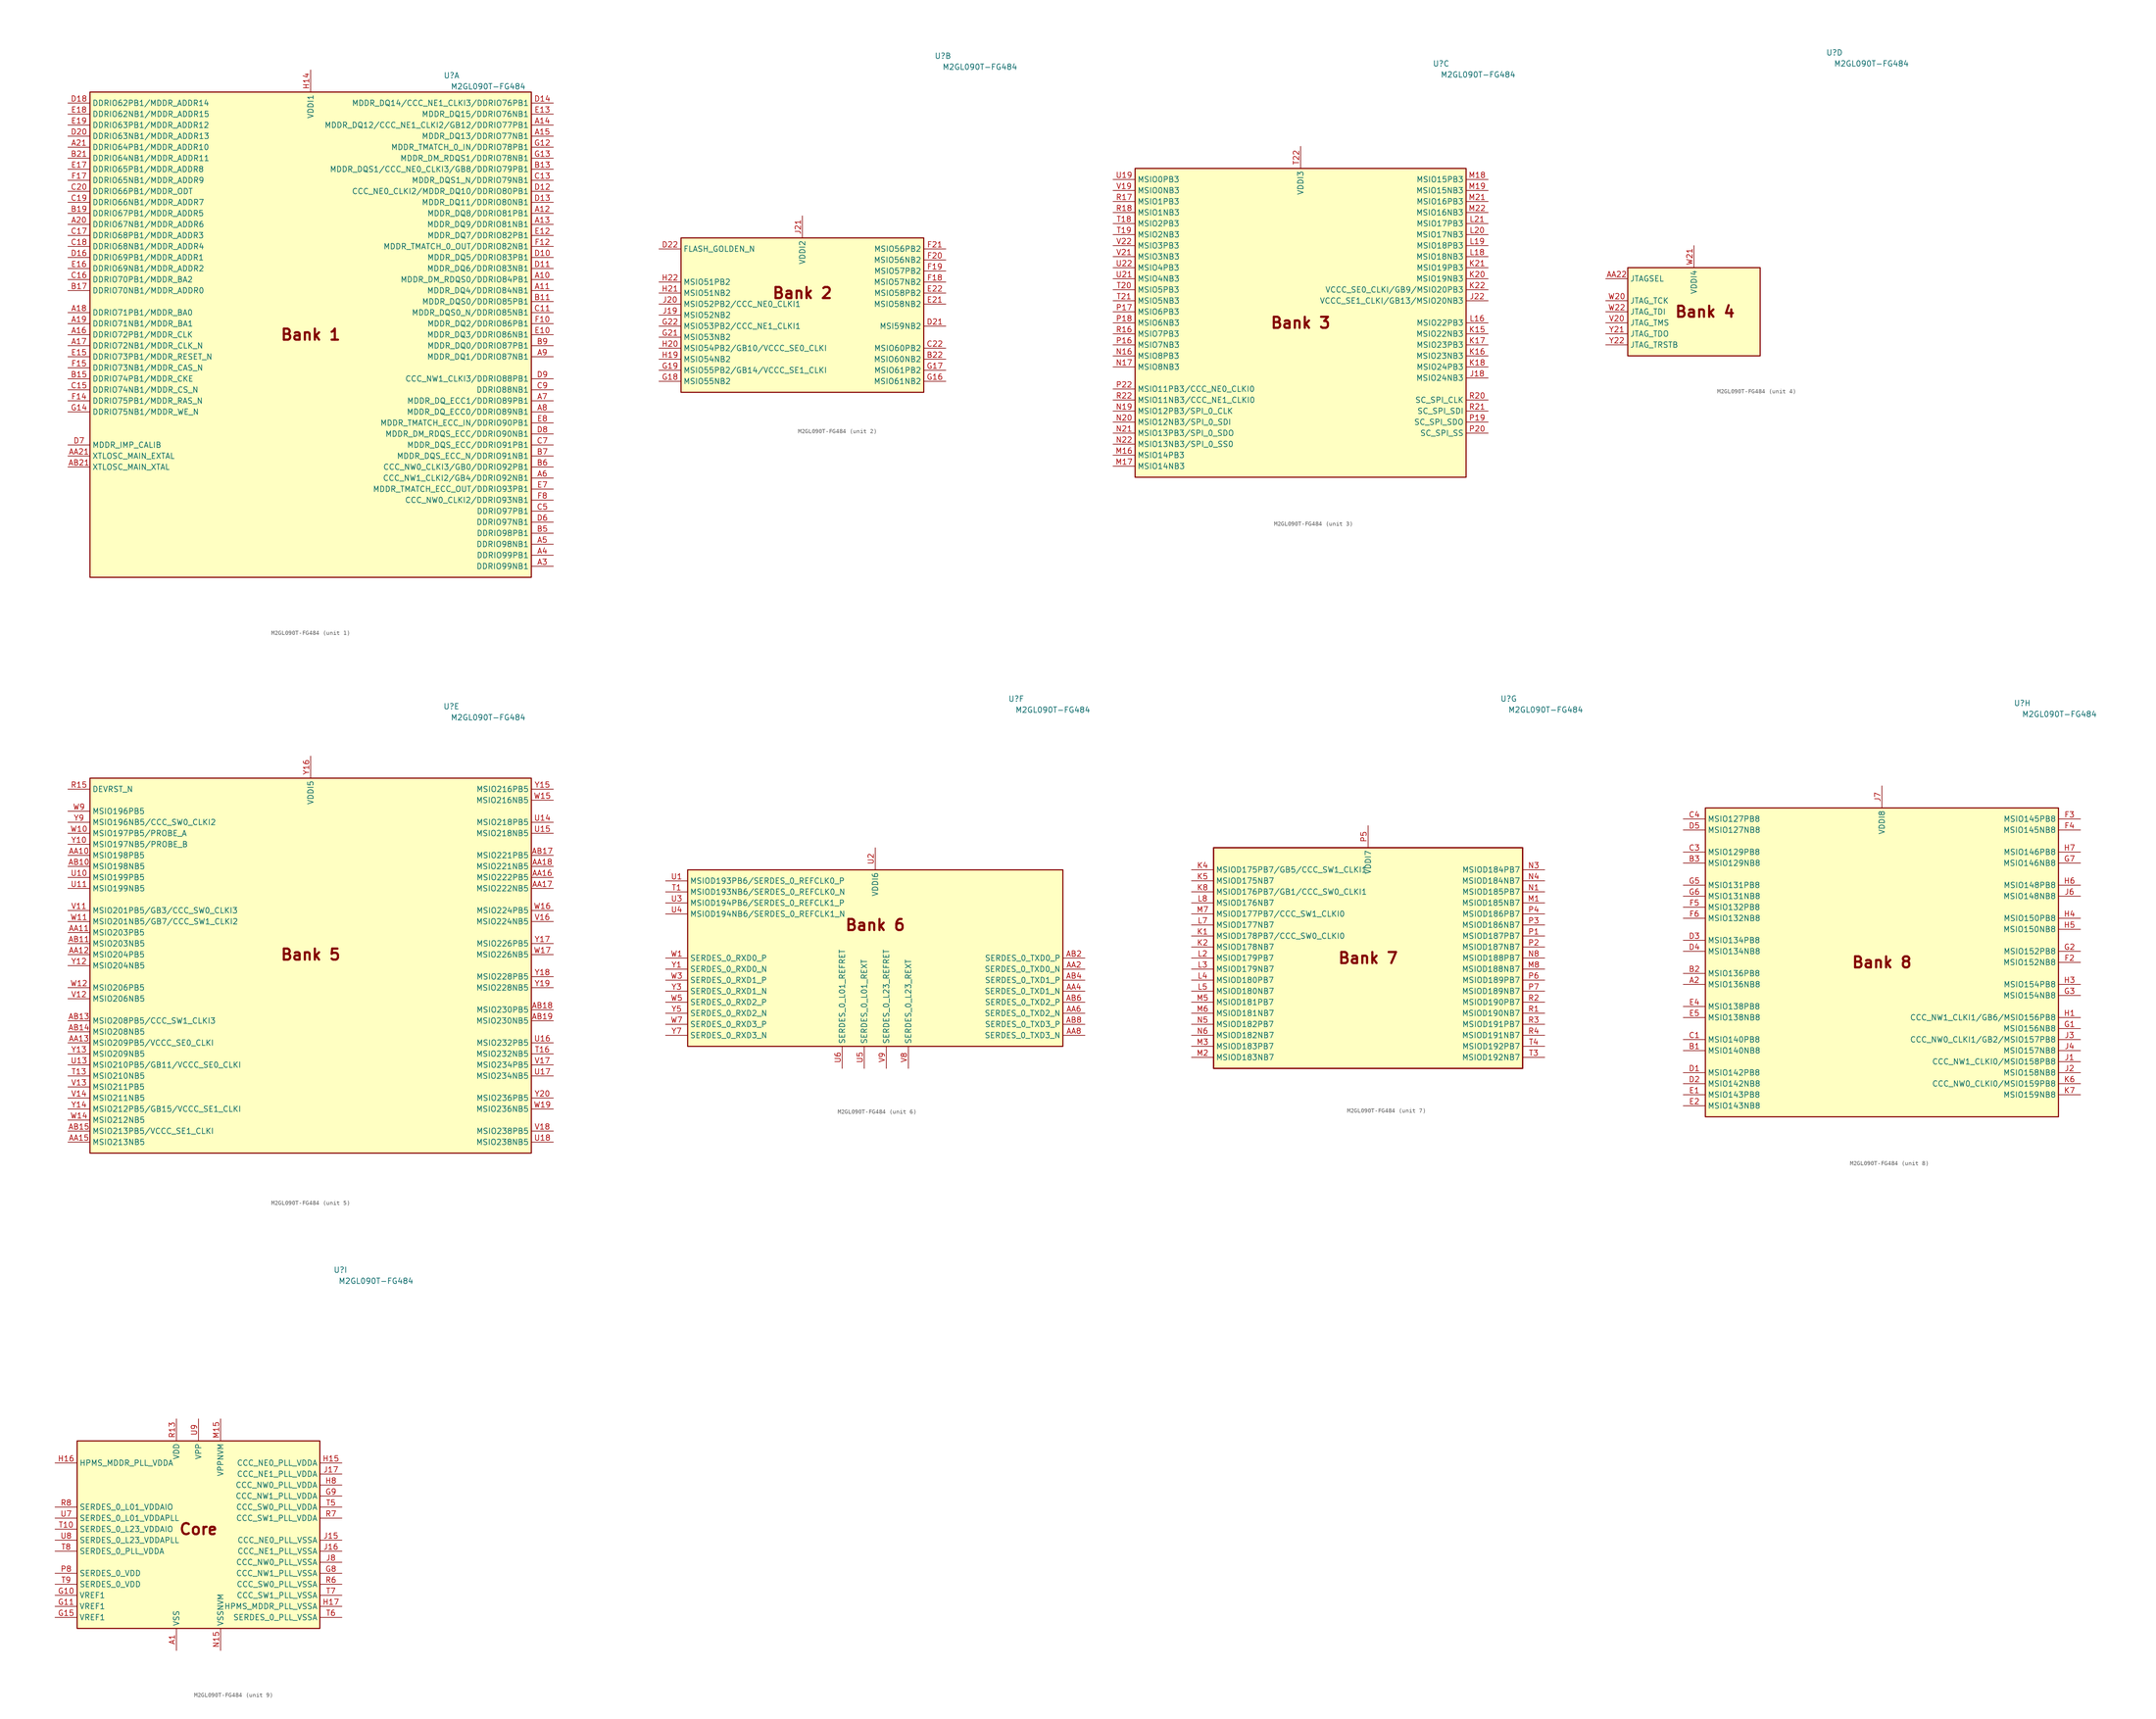
<source format=kicad_sym>
(kicad_symbol_lib
  (version 20231120)
  (generator "kicad_symbol_editor")
  (generator_version "8.0")
  (symbol "M2GL090T-FG484"
    (property "Reference" "U"
      (at 34.29 59.69 0)
      (effects (font (size 1.27 1.27)) (justify right)))
    (property "Value" "M2GL090T-FG484"
      (at 49.53 57.15 0)
      (effects (font (size 1.27 1.27)) (justify right)))
    (property "ki_locked" ""
      (at 0 0 0)
      (effects (font (size 1.27 1.27))))
    (symbol "M2GL090T-FG484_1_1"
      (rectangle (start -50.8 55.88) (end 50.8 -55.88) (stroke (width 0.254) (type default)) (fill (type background)))
      (text "Bank 1" (at 0 0 0) (effects (font (size 2.54 2.54) (bold yes))))
      (pin bidirectional line (at 55.88 12.7 180) (length 5.08) (name "MDDR_DM_RDQS0/DDRIO84PB1" (effects (font (size 1.27 1.27)))) (number "A10" (effects (font (size 1.27 1.27)))))
      (pin bidirectional line (at 55.88 10.16 180) (length 5.08) (name "MDDR_DQ4/DDRIO84NB1" (effects (font (size 1.27 1.27)))) (number "A11" (effects (font (size 1.27 1.27)))))
      (pin bidirectional line (at 55.88 27.94 180) (length 5.08) (name "MDDR_DQ8/DDRIO81PB1" (effects (font (size 1.27 1.27)))) (number "A12" (effects (font (size 1.27 1.27)))))
      (pin bidirectional line (at 55.88 25.4 180) (length 5.08) (name "MDDR_DQ9/DDRIO81NB1" (effects (font (size 1.27 1.27)))) (number "A13" (effects (font (size 1.27 1.27)))))
      (pin bidirectional line (at 55.88 48.26 180) (length 5.08) (name "MDDR_DQ12/CCC_NE1_CLKI2/GB12/DDRIO77PB1" (effects (font (size 1.27 1.27)))) (number "A14" (effects (font (size 1.27 1.27)))))
      (pin bidirectional line (at 55.88 45.72 180) (length 5.08) (name "MDDR_DQ13/DDRIO77NB1" (effects (font (size 1.27 1.27)))) (number "A15" (effects (font (size 1.27 1.27)))))
      (pin bidirectional line (at -55.88 0 0) (length 5.08) (name "DDRIO72PB1/MDDR_CLK" (effects (font (size 1.27 1.27)))) (number "A16" (effects (font (size 1.27 1.27)))))
      (pin bidirectional line (at -55.88 -2.54 0) (length 5.08) (name "DDRIO72NB1/MDDR_CLK_N" (effects (font (size 1.27 1.27)))) (number "A17" (effects (font (size 1.27 1.27)))))
      (pin bidirectional line (at -55.88 5.08 0) (length 5.08) (name "DDRIO71PB1/MDDR_BA0" (effects (font (size 1.27 1.27)))) (number "A18" (effects (font (size 1.27 1.27)))))
      (pin bidirectional line (at -55.88 2.54 0) (length 5.08) (name "DDRIO71NB1/MDDR_BA1" (effects (font (size 1.27 1.27)))) (number "A19" (effects (font (size 1.27 1.27)))))
      (pin bidirectional line (at -55.88 25.4 0) (length 5.08) (name "DDRIO67NB1/MDDR_ADDR6" (effects (font (size 1.27 1.27)))) (number "A20" (effects (font (size 1.27 1.27)))))
      (pin bidirectional line (at -55.88 43.18 0) (length 5.08) (name "DDRIO64PB1/MDDR_ADDR10" (effects (font (size 1.27 1.27)))) (number "A21" (effects (font (size 1.27 1.27)))))
      (pin bidirectional line (at 55.88 -53.34 180) (length 5.08) (name "DDRIO99NB1" (effects (font (size 1.27 1.27)))) (number "A3" (effects (font (size 1.27 1.27)))))
      (pin bidirectional line (at 55.88 -50.8 180) (length 5.08) (name "DDRIO99PB1" (effects (font (size 1.27 1.27)))) (number "A4" (effects (font (size 1.27 1.27)))))
      (pin bidirectional line (at 55.88 -48.26 180) (length 5.08) (name "DDRIO98NB1" (effects (font (size 1.27 1.27)))) (number "A5" (effects (font (size 1.27 1.27)))))
      (pin bidirectional line (at 55.88 -33.02 180) (length 5.08) (name "CCC_NW1_CLKI2/GB4/DDRIO92NB1" (effects (font (size 1.27 1.27)))) (number "A6" (effects (font (size 1.27 1.27)))))
      (pin bidirectional line (at 55.88 -15.24 180) (length 5.08) (name "MDDR_DQ_ECC1/DDRIO89PB1" (effects (font (size 1.27 1.27)))) (number "A7" (effects (font (size 1.27 1.27)))))
      (pin bidirectional line (at 55.88 -17.78 180) (length 5.08) (name "MDDR_DQ_ECC0/DDRIO89NB1" (effects (font (size 1.27 1.27)))) (number "A8" (effects (font (size 1.27 1.27)))))
      (pin bidirectional line (at 55.88 -5.08 180) (length 5.08) (name "MDDR_DQ1/DDRIO87NB1" (effects (font (size 1.27 1.27)))) (number "A9" (effects (font (size 1.27 1.27)))))
      (pin input line (at -55.88 -27.94 0) (length 5.08) (name "XTLOSC_MAIN_EXTAL" (effects (font (size 1.27 1.27)))) (number "AA21" (effects (font (size 1.27 1.27)))))
      (pin input line (at -55.88 -30.48 0) (length 5.08) (name "XTLOSC_MAIN_XTAL" (effects (font (size 1.27 1.27)))) (number "AB21" (effects (font (size 1.27 1.27)))))
      (pin bidirectional line (at 55.88 7.62 180) (length 5.08) (name "MDDR_DQS0/DDRIO85PB1" (effects (font (size 1.27 1.27)))) (number "B11" (effects (font (size 1.27 1.27)))))
      (pin passive line (at 0 60.96 270) (length 5.08) hide (name "VDDI1" (effects (font (size 1.27 1.27)))) (number "B12" (effects (font (size 1.27 1.27)))))
      (pin bidirectional line (at 55.88 38.1 180) (length 5.08) (name "MDDR_DQS1/CCC_NE0_CLKI3/GB8/DDRIO79PB1" (effects (font (size 1.27 1.27)))) (number "B13" (effects (font (size 1.27 1.27)))))
      (pin bidirectional line (at -55.88 -10.16 0) (length 5.08) (name "DDRIO74PB1/MDDR_CKE" (effects (font (size 1.27 1.27)))) (number "B15" (effects (font (size 1.27 1.27)))))
      (pin passive line (at 0 60.96 270) (length 5.08) hide (name "VDDI1" (effects (font (size 1.27 1.27)))) (number "B16" (effects (font (size 1.27 1.27)))))
      (pin bidirectional line (at -55.88 10.16 0) (length 5.08) (name "DDRIO70NB1/MDDR_ADDR0" (effects (font (size 1.27 1.27)))) (number "B17" (effects (font (size 1.27 1.27)))))
      (pin bidirectional line (at -55.88 27.94 0) (length 5.08) (name "DDRIO67PB1/MDDR_ADDR5" (effects (font (size 1.27 1.27)))) (number "B19" (effects (font (size 1.27 1.27)))))
      (pin passive line (at 0 60.96 270) (length 5.08) hide (name "VDDI1" (effects (font (size 1.27 1.27)))) (number "B20" (effects (font (size 1.27 1.27)))))
      (pin bidirectional line (at -55.88 40.64 0) (length 5.08) (name "DDRIO64NB1/MDDR_ADDR11" (effects (font (size 1.27 1.27)))) (number "B21" (effects (font (size 1.27 1.27)))))
      (pin bidirectional line (at 55.88 -45.72 180) (length 5.08) (name "DDRIO98PB1" (effects (font (size 1.27 1.27)))) (number "B5" (effects (font (size 1.27 1.27)))))
      (pin bidirectional line (at 55.88 -30.48 180) (length 5.08) (name "CCC_NW0_CLKI3/GB0/DDRIO92PB1" (effects (font (size 1.27 1.27)))) (number "B6" (effects (font (size 1.27 1.27)))))
      (pin bidirectional line (at 55.88 -27.94 180) (length 5.08) (name "MDDR_DQS_ECC_N/DDRIO91NB1" (effects (font (size 1.27 1.27)))) (number "B7" (effects (font (size 1.27 1.27)))))
      (pin passive line (at 0 60.96 270) (length 5.08) hide (name "VDDI1" (effects (font (size 1.27 1.27)))) (number "B8" (effects (font (size 1.27 1.27)))))
      (pin bidirectional line (at 55.88 -2.54 180) (length 5.08) (name "MDDR_DQ0/DDRIO87PB1" (effects (font (size 1.27 1.27)))) (number "B9" (effects (font (size 1.27 1.27)))))
      (pin passive line (at 0 60.96 270) (length 5.08) hide (name "VDDI1" (effects (font (size 1.27 1.27)))) (number "C10" (effects (font (size 1.27 1.27)))))
      (pin bidirectional line (at 55.88 5.08 180) (length 5.08) (name "MDDR_DQS0_N/DDRIO85NB1" (effects (font (size 1.27 1.27)))) (number "C11" (effects (font (size 1.27 1.27)))))
      (pin bidirectional line (at 55.88 35.56 180) (length 5.08) (name "MDDR_DQS1_N/DDRIO79NB1" (effects (font (size 1.27 1.27)))) (number "C13" (effects (font (size 1.27 1.27)))))
      (pin passive line (at 0 60.96 270) (length 5.08) hide (name "VDDI1" (effects (font (size 1.27 1.27)))) (number "C14" (effects (font (size 1.27 1.27)))))
      (pin bidirectional line (at -55.88 -12.7 0) (length 5.08) (name "DDRIO74NB1/MDDR_CS_N" (effects (font (size 1.27 1.27)))) (number "C15" (effects (font (size 1.27 1.27)))))
      (pin bidirectional line (at -55.88 12.7 0) (length 5.08) (name "DDRIO70PB1/MDDR_BA2" (effects (font (size 1.27 1.27)))) (number "C16" (effects (font (size 1.27 1.27)))))
      (pin bidirectional line (at -55.88 22.86 0) (length 5.08) (name "DDRIO68PB1/MDDR_ADDR3" (effects (font (size 1.27 1.27)))) (number "C17" (effects (font (size 1.27 1.27)))))
      (pin bidirectional line (at -55.88 20.32 0) (length 5.08) (name "DDRIO68NB1/MDDR_ADDR4" (effects (font (size 1.27 1.27)))) (number "C18" (effects (font (size 1.27 1.27)))))
      (pin bidirectional line (at -55.88 30.48 0) (length 5.08) (name "DDRIO66NB1/MDDR_ADDR7" (effects (font (size 1.27 1.27)))) (number "C19" (effects (font (size 1.27 1.27)))))
      (pin bidirectional line (at -55.88 33.02 0) (length 5.08) (name "DDRIO66PB1/MDDR_ODT" (effects (font (size 1.27 1.27)))) (number "C20" (effects (font (size 1.27 1.27)))))
      (pin bidirectional line (at 55.88 -40.64 180) (length 5.08) (name "DDRIO97PB1" (effects (font (size 1.27 1.27)))) (number "C5" (effects (font (size 1.27 1.27)))))
      (pin passive line (at 0 60.96 270) (length 5.08) hide (name "VDDI1" (effects (font (size 1.27 1.27)))) (number "C6" (effects (font (size 1.27 1.27)))))
      (pin bidirectional line (at 55.88 -25.4 180) (length 5.08) (name "MDDR_DQS_ECC/DDRIO91PB1" (effects (font (size 1.27 1.27)))) (number "C7" (effects (font (size 1.27 1.27)))))
      (pin bidirectional line (at 55.88 -12.7 180) (length 5.08) (name "DDRIO88NB1" (effects (font (size 1.27 1.27)))) (number "C9" (effects (font (size 1.27 1.27)))))
      (pin bidirectional line (at 55.88 17.78 180) (length 5.08) (name "MDDR_DQ5/DDRIO83PB1" (effects (font (size 1.27 1.27)))) (number "D10" (effects (font (size 1.27 1.27)))))
      (pin bidirectional line (at 55.88 15.24 180) (length 5.08) (name "MDDR_DQ6/DDRIO83NB1" (effects (font (size 1.27 1.27)))) (number "D11" (effects (font (size 1.27 1.27)))))
      (pin bidirectional line (at 55.88 33.02 180) (length 5.08) (name "CCC_NE0_CLKI2/MDDR_DQ10/DDRIO80PB1" (effects (font (size 1.27 1.27)))) (number "D12" (effects (font (size 1.27 1.27)))))
      (pin bidirectional line (at 55.88 30.48 180) (length 5.08) (name "MDDR_DQ11/DDRIO80NB1" (effects (font (size 1.27 1.27)))) (number "D13" (effects (font (size 1.27 1.27)))))
      (pin bidirectional line (at 55.88 53.34 180) (length 5.08) (name "MDDR_DQ14/CCC_NE1_CLKI3/DDRIO76PB1" (effects (font (size 1.27 1.27)))) (number "D14" (effects (font (size 1.27 1.27)))))
      (pin bidirectional line (at -55.88 17.78 0) (length 5.08) (name "DDRIO69PB1/MDDR_ADDR1" (effects (font (size 1.27 1.27)))) (number "D16" (effects (font (size 1.27 1.27)))))
      (pin passive line (at 0 60.96 270) (length 5.08) hide (name "VDDI1" (effects (font (size 1.27 1.27)))) (number "D17" (effects (font (size 1.27 1.27)))))
      (pin bidirectional line (at -55.88 53.34 0) (length 5.08) (name "DDRIO62PB1/MDDR_ADDR14" (effects (font (size 1.27 1.27)))) (number "D18" (effects (font (size 1.27 1.27)))))
      (pin bidirectional line (at -55.88 45.72 0) (length 5.08) (name "DDRIO63NB1/MDDR_ADDR13" (effects (font (size 1.27 1.27)))) (number "D20" (effects (font (size 1.27 1.27)))))
      (pin bidirectional line (at 55.88 -43.18 180) (length 5.08) (name "DDRIO97NB1" (effects (font (size 1.27 1.27)))) (number "D6" (effects (font (size 1.27 1.27)))))
      (pin input line (at -55.88 -25.4 0) (length 5.08) (name "MDDR_IMP_CALIB" (effects (font (size 1.27 1.27)))) (number "D7" (effects (font (size 1.27 1.27)))))
      (pin bidirectional line (at 55.88 -22.86 180) (length 5.08) (name "MDDR_DM_RDQS_ECC/DDRIO90NB1" (effects (font (size 1.27 1.27)))) (number "D8" (effects (font (size 1.27 1.27)))))
      (pin bidirectional line (at 55.88 -10.16 180) (length 5.08) (name "CCC_NW1_CLKI3/DDRIO88PB1" (effects (font (size 1.27 1.27)))) (number "D9" (effects (font (size 1.27 1.27)))))
      (pin bidirectional line (at 55.88 0 180) (length 5.08) (name "MDDR_DQ3/DDRIO86NB1" (effects (font (size 1.27 1.27)))) (number "E10" (effects (font (size 1.27 1.27)))))
      (pin passive line (at 0 60.96 270) (length 5.08) hide (name "VDDI1" (effects (font (size 1.27 1.27)))) (number "E11" (effects (font (size 1.27 1.27)))))
      (pin bidirectional line (at 55.88 22.86 180) (length 5.08) (name "MDDR_DQ7/DDRIO82PB1" (effects (font (size 1.27 1.27)))) (number "E12" (effects (font (size 1.27 1.27)))))
      (pin bidirectional line (at 55.88 50.8 180) (length 5.08) (name "MDDR_DQ15/DDRIO76NB1" (effects (font (size 1.27 1.27)))) (number "E13" (effects (font (size 1.27 1.27)))))
      (pin bidirectional line (at -55.88 -5.08 0) (length 5.08) (name "DDRIO73PB1/MDDR_RESET_N" (effects (font (size 1.27 1.27)))) (number "E15" (effects (font (size 1.27 1.27)))))
      (pin bidirectional line (at -55.88 15.24 0) (length 5.08) (name "DDRIO69NB1/MDDR_ADDR2" (effects (font (size 1.27 1.27)))) (number "E16" (effects (font (size 1.27 1.27)))))
      (pin bidirectional line (at -55.88 38.1 0) (length 5.08) (name "DDRIO65PB1/MDDR_ADDR8" (effects (font (size 1.27 1.27)))) (number "E17" (effects (font (size 1.27 1.27)))))
      (pin bidirectional line (at -55.88 50.8 0) (length 5.08) (name "DDRIO62NB1/MDDR_ADDR15" (effects (font (size 1.27 1.27)))) (number "E18" (effects (font (size 1.27 1.27)))))
      (pin bidirectional line (at -55.88 48.26 0) (length 5.08) (name "DDRIO63PB1/MDDR_ADDR12" (effects (font (size 1.27 1.27)))) (number "E19" (effects (font (size 1.27 1.27)))))
      (pin bidirectional line (at 55.88 -35.56 180) (length 5.08) (name "MDDR_TMATCH_ECC_OUT/DDRIO93PB1" (effects (font (size 1.27 1.27)))) (number "E7" (effects (font (size 1.27 1.27)))))
      (pin output line (at 55.88 -20.32 180) (length 5.08) (name "MDDR_TMATCH_ECC_IN/DDRIO90PB1" (effects (font (size 1.27 1.27)))) (number "E8" (effects (font (size 1.27 1.27)))))
      (pin bidirectional line (at 55.88 2.54 180) (length 5.08) (name "MDDR_DQ2/DDRIO86PB1" (effects (font (size 1.27 1.27)))) (number "F10" (effects (font (size 1.27 1.27)))))
      (pin bidirectional line (at 55.88 20.32 180) (length 5.08) (name "MDDR_TMATCH_0_OUT/DDRIO82NB1" (effects (font (size 1.27 1.27)))) (number "F12" (effects (font (size 1.27 1.27)))))
      (pin passive line (at 0 60.96 270) (length 5.08) hide (name "VDDI1" (effects (font (size 1.27 1.27)))) (number "F13" (effects (font (size 1.27 1.27)))))
      (pin bidirectional line (at -55.88 -15.24 0) (length 5.08) (name "DDRIO75PB1/MDDR_RAS_N" (effects (font (size 1.27 1.27)))) (number "F14" (effects (font (size 1.27 1.27)))))
      (pin bidirectional line (at -55.88 -7.62 0) (length 5.08) (name "DDRIO73NB1/MDDR_CAS_N" (effects (font (size 1.27 1.27)))) (number "F15" (effects (font (size 1.27 1.27)))))
      (pin bidirectional line (at -55.88 35.56 0) (length 5.08) (name "DDRIO65NB1/MDDR_ADDR9" (effects (font (size 1.27 1.27)))) (number "F17" (effects (font (size 1.27 1.27)))))
      (pin passive line (at 0 60.96 270) (length 5.08) hide (name "VDDI1" (effects (font (size 1.27 1.27)))) (number "F7" (effects (font (size 1.27 1.27)))))
      (pin bidirectional line (at 55.88 -38.1 180) (length 5.08) (name "CCC_NW0_CLKI2/DDRIO93NB1" (effects (font (size 1.27 1.27)))) (number "F8" (effects (font (size 1.27 1.27)))))
      (pin passive line (at 0 60.96 270) (length 5.08) hide (name "VDDI1" (effects (font (size 1.27 1.27)))) (number "F9" (effects (font (size 1.27 1.27)))))
      (pin bidirectional line (at 55.88 43.18 180) (length 5.08) (name "MDDR_TMATCH_0_IN/DDRIO78PB1" (effects (font (size 1.27 1.27)))) (number "G12" (effects (font (size 1.27 1.27)))))
      (pin bidirectional line (at 55.88 40.64 180) (length 5.08) (name "MDDR_DM_RDQS1/DDRIO78NB1" (effects (font (size 1.27 1.27)))) (number "G13" (effects (font (size 1.27 1.27)))))
      (pin bidirectional line (at -55.88 -17.78 0) (length 5.08) (name "DDRIO75NB1/MDDR_WE_N" (effects (font (size 1.27 1.27)))) (number "G14" (effects (font (size 1.27 1.27)))))
      (pin passive line (at 0 60.96 270) (length 5.08) hide (name "VDDI1" (effects (font (size 1.27 1.27)))) (number "H12" (effects (font (size 1.27 1.27)))))
      (pin power_in line (at 0 60.96 270) (length 5.08) (name "VDDI1" (effects (font (size 1.27 1.27)))) (number "H14" (effects (font (size 1.27 1.27))))))
    (symbol "M2GL090T-FG484_2_1"
      (rectangle (start -27.94 17.78) (end 27.94 -17.78) (stroke (width 0.254) (type default)) (fill (type background)))
      (text "Bank 2" (at 0 5.08 0) (effects (font (size 2.54 2.54) (bold yes))))
      (pin bidirectional line (at 33.02 -10.16 180) (length 5.08) (name "MSIO60NB2" (effects (font (size 1.27 1.27)))) (number "B22" (effects (font (size 1.27 1.27)))))
      (pin bidirectional line (at 33.02 -7.62 180) (length 5.08) (name "MSIO60PB2" (effects (font (size 1.27 1.27)))) (number "C22" (effects (font (size 1.27 1.27)))))
      (pin input line (at 33.02 -2.54 180) (length 5.08) (name "MSI59NB2" (effects (font (size 1.27 1.27)))) (number "D21" (effects (font (size 1.27 1.27)))))
      (pin input line (at -33.02 15.24 0) (length 5.08) (name "FLASH_GOLDEN_N" (effects (font (size 1.27 1.27)))) (number "D22" (effects (font (size 1.27 1.27)))))
      (pin passive line (at 0 22.86 270) (length 5.08) hide (name "VDDI2" (effects (font (size 1.27 1.27)))) (number "E20" (effects (font (size 1.27 1.27)))))
      (pin bidirectional line (at 33.02 2.54 180) (length 5.08) (name "MSIO58NB2" (effects (font (size 1.27 1.27)))) (number "E21" (effects (font (size 1.27 1.27)))))
      (pin bidirectional line (at 33.02 5.08 180) (length 5.08) (name "MSIO58PB2" (effects (font (size 1.27 1.27)))) (number "E22" (effects (font (size 1.27 1.27)))))
      (pin bidirectional line (at 33.02 7.62 180) (length 5.08) (name "MSIO57NB2" (effects (font (size 1.27 1.27)))) (number "F18" (effects (font (size 1.27 1.27)))))
      (pin bidirectional line (at 33.02 10.16 180) (length 5.08) (name "MSIO57PB2" (effects (font (size 1.27 1.27)))) (number "F19" (effects (font (size 1.27 1.27)))))
      (pin bidirectional line (at 33.02 12.7 180) (length 5.08) (name "MSIO56NB2" (effects (font (size 1.27 1.27)))) (number "F20" (effects (font (size 1.27 1.27)))))
      (pin bidirectional line (at 33.02 15.24 180) (length 5.08) (name "MSIO56PB2" (effects (font (size 1.27 1.27)))) (number "F21" (effects (font (size 1.27 1.27)))))
      (pin passive line (at 0 22.86 270) (length 5.08) hide (name "VDDI2" (effects (font (size 1.27 1.27)))) (number "F22" (effects (font (size 1.27 1.27)))))
      (pin bidirectional line (at 33.02 -15.24 180) (length 5.08) (name "MSIO61NB2" (effects (font (size 1.27 1.27)))) (number "G16" (effects (font (size 1.27 1.27)))))
      (pin bidirectional line (at 33.02 -12.7 180) (length 5.08) (name "MSIO61PB2" (effects (font (size 1.27 1.27)))) (number "G17" (effects (font (size 1.27 1.27)))))
      (pin bidirectional line (at -33.02 -15.24 0) (length 5.08) (name "MSIO55NB2" (effects (font (size 1.27 1.27)))) (number "G18" (effects (font (size 1.27 1.27)))))
      (pin bidirectional line (at -33.02 -12.7 0) (length 5.08) (name "MSIO55PB2/GB14/VCCC_SE1_CLKI" (effects (font (size 1.27 1.27)))) (number "G19" (effects (font (size 1.27 1.27)))))
      (pin bidirectional line (at -33.02 -5.08 0) (length 5.08) (name "MSIO53NB2" (effects (font (size 1.27 1.27)))) (number "G21" (effects (font (size 1.27 1.27)))))
      (pin bidirectional line (at -33.02 -2.54 0) (length 5.08) (name "MSIO53PB2/CCC_NE1_CLKI1" (effects (font (size 1.27 1.27)))) (number "G22" (effects (font (size 1.27 1.27)))))
      (pin passive line (at 0 22.86 270) (length 5.08) hide (name "VDDI2" (effects (font (size 1.27 1.27)))) (number "H18" (effects (font (size 1.27 1.27)))))
      (pin bidirectional line (at -33.02 -10.16 0) (length 5.08) (name "MSIO54NB2" (effects (font (size 1.27 1.27)))) (number "H19" (effects (font (size 1.27 1.27)))))
      (pin bidirectional line (at -33.02 -7.62 0) (length 5.08) (name "MSIO54PB2/GB10/VCCC_SE0_CLKI" (effects (font (size 1.27 1.27)))) (number "H20" (effects (font (size 1.27 1.27)))))
      (pin bidirectional line (at -33.02 5.08 0) (length 5.08) (name "MSIO51NB2" (effects (font (size 1.27 1.27)))) (number "H21" (effects (font (size 1.27 1.27)))))
      (pin bidirectional line (at -33.02 7.62 0) (length 5.08) (name "MSIO51PB2" (effects (font (size 1.27 1.27)))) (number "H22" (effects (font (size 1.27 1.27)))))
      (pin bidirectional line (at -33.02 0 0) (length 5.08) (name "MSIO52NB2" (effects (font (size 1.27 1.27)))) (number "J19" (effects (font (size 1.27 1.27)))))
      (pin bidirectional line (at -33.02 2.54 0) (length 5.08) (name "MSIO52PB2/CCC_NE0_CLKI1" (effects (font (size 1.27 1.27)))) (number "J20" (effects (font (size 1.27 1.27)))))
      (pin power_in line (at 0 22.86 270) (length 5.08) (name "VDDI2" (effects (font (size 1.27 1.27)))) (number "J21" (effects (font (size 1.27 1.27))))))
    (symbol "M2GL090T-FG484_3_1"
      (rectangle (start -38.1 35.56) (end 38.1 -35.56) (stroke (width 0.254) (type default)) (fill (type background)))
      (text "Bank 3" (at 0 0 0) (effects (font (size 2.54 2.54) (bold yes))))
      (pin bidirectional line (at 43.18 -12.7 180) (length 5.08) (name "MSIO24NB3" (effects (font (size 1.27 1.27)))) (number "J18" (effects (font (size 1.27 1.27)))))
      (pin bidirectional line (at 43.18 5.08 180) (length 5.08) (name "VCCC_SE1_CLKI/GB13/MSIO20NB3" (effects (font (size 1.27 1.27)))) (number "J22" (effects (font (size 1.27 1.27)))))
      (pin bidirectional line (at 43.18 -2.54 180) (length 5.08) (name "MSIO22NB3" (effects (font (size 1.27 1.27)))) (number "K15" (effects (font (size 1.27 1.27)))))
      (pin bidirectional line (at 43.18 -7.62 180) (length 5.08) (name "MSIO23NB3" (effects (font (size 1.27 1.27)))) (number "K16" (effects (font (size 1.27 1.27)))))
      (pin bidirectional line (at 43.18 -5.08 180) (length 5.08) (name "MSIO23PB3" (effects (font (size 1.27 1.27)))) (number "K17" (effects (font (size 1.27 1.27)))))
      (pin bidirectional line (at 43.18 -10.16 180) (length 5.08) (name "MSIO24PB3" (effects (font (size 1.27 1.27)))) (number "K18" (effects (font (size 1.27 1.27)))))
      (pin bidirectional line (at 43.18 10.16 180) (length 5.08) (name "MSIO19NB3" (effects (font (size 1.27 1.27)))) (number "K20" (effects (font (size 1.27 1.27)))))
      (pin bidirectional line (at 43.18 12.7 180) (length 5.08) (name "MSIO19PB3" (effects (font (size 1.27 1.27)))) (number "K21" (effects (font (size 1.27 1.27)))))
      (pin bidirectional line (at 43.18 7.62 180) (length 5.08) (name "VCCC_SE0_CLKI/GB9/MSIO20PB3" (effects (font (size 1.27 1.27)))) (number "K22" (effects (font (size 1.27 1.27)))))
      (pin bidirectional line (at 43.18 0 180) (length 5.08) (name "MSIO22PB3" (effects (font (size 1.27 1.27)))) (number "L16" (effects (font (size 1.27 1.27)))))
      (pin passive line (at 0 40.64 270) (length 5.08) hide (name "VDDI3" (effects (font (size 1.27 1.27)))) (number "L17" (effects (font (size 1.27 1.27)))))
      (pin bidirectional line (at 43.18 15.24 180) (length 5.08) (name "MSIO18NB3" (effects (font (size 1.27 1.27)))) (number "L18" (effects (font (size 1.27 1.27)))))
      (pin bidirectional line (at 43.18 17.78 180) (length 5.08) (name "MSIO18PB3" (effects (font (size 1.27 1.27)))) (number "L19" (effects (font (size 1.27 1.27)))))
      (pin bidirectional line (at 43.18 20.32 180) (length 5.08) (name "MSIO17NB3" (effects (font (size 1.27 1.27)))) (number "L20" (effects (font (size 1.27 1.27)))))
      (pin bidirectional line (at 43.18 22.86 180) (length 5.08) (name "MSIO17PB3" (effects (font (size 1.27 1.27)))) (number "L21" (effects (font (size 1.27 1.27)))))
      (pin bidirectional line (at -43.18 -30.48 0) (length 5.08) (name "MSIO14PB3" (effects (font (size 1.27 1.27)))) (number "M16" (effects (font (size 1.27 1.27)))))
      (pin bidirectional line (at -43.18 -33.02 0) (length 5.08) (name "MSIO14NB3" (effects (font (size 1.27 1.27)))) (number "M17" (effects (font (size 1.27 1.27)))))
      (pin bidirectional line (at 43.18 33.02 180) (length 5.08) (name "MSIO15PB3" (effects (font (size 1.27 1.27)))) (number "M18" (effects (font (size 1.27 1.27)))))
      (pin bidirectional line (at 43.18 30.48 180) (length 5.08) (name "MSIO15NB3" (effects (font (size 1.27 1.27)))) (number "M19" (effects (font (size 1.27 1.27)))))
      (pin passive line (at 0 40.64 270) (length 5.08) hide (name "VDDI3" (effects (font (size 1.27 1.27)))) (number "M20" (effects (font (size 1.27 1.27)))))
      (pin bidirectional line (at 43.18 27.94 180) (length 5.08) (name "MSIO16PB3" (effects (font (size 1.27 1.27)))) (number "M21" (effects (font (size 1.27 1.27)))))
      (pin bidirectional line (at 43.18 25.4 180) (length 5.08) (name "MSIO16NB3" (effects (font (size 1.27 1.27)))) (number "M22" (effects (font (size 1.27 1.27)))))
      (pin bidirectional line (at -43.18 -7.62 0) (length 5.08) (name "MSIO8PB3" (effects (font (size 1.27 1.27)))) (number "N16" (effects (font (size 1.27 1.27)))))
      (pin bidirectional line (at -43.18 -10.16 0) (length 5.08) (name "MSIO8NB3" (effects (font (size 1.27 1.27)))) (number "N17" (effects (font (size 1.27 1.27)))))
      (pin bidirectional line (at -43.18 -20.32 0) (length 5.08) (name "MSIO12PB3/SPI_0_CLK" (effects (font (size 1.27 1.27)))) (number "N19" (effects (font (size 1.27 1.27)))))
      (pin bidirectional line (at -43.18 -22.86 0) (length 5.08) (name "MSIO12NB3/SPI_0_SDI" (effects (font (size 1.27 1.27)))) (number "N20" (effects (font (size 1.27 1.27)))))
      (pin bidirectional line (at -43.18 -25.4 0) (length 5.08) (name "MSIO13PB3/SPI_0_SDO" (effects (font (size 1.27 1.27)))) (number "N21" (effects (font (size 1.27 1.27)))))
      (pin bidirectional line (at -43.18 -27.94 0) (length 5.08) (name "MSIO13NB3/SPI_0_SS0" (effects (font (size 1.27 1.27)))) (number "N22" (effects (font (size 1.27 1.27)))))
      (pin bidirectional line (at -43.18 -5.08 0) (length 5.08) (name "MSIO7NB3" (effects (font (size 1.27 1.27)))) (number "P16" (effects (font (size 1.27 1.27)))))
      (pin bidirectional line (at -43.18 2.54 0) (length 5.08) (name "MSIO6PB3" (effects (font (size 1.27 1.27)))) (number "P17" (effects (font (size 1.27 1.27)))))
      (pin bidirectional line (at -43.18 0 0) (length 5.08) (name "MSIO6NB3" (effects (font (size 1.27 1.27)))) (number "P18" (effects (font (size 1.27 1.27)))))
      (pin output line (at 43.18 -22.86 180) (length 5.08) (name "SC_SPI_SDO" (effects (font (size 1.27 1.27)))) (number "P19" (effects (font (size 1.27 1.27)))))
      (pin output line (at 43.18 -25.4 180) (length 5.08) (name "SC_SPI_SS" (effects (font (size 1.27 1.27)))) (number "P20" (effects (font (size 1.27 1.27)))))
      (pin bidirectional line (at -43.18 -15.24 0) (length 5.08) (name "MSIO11PB3/CCC_NE0_CLKI0" (effects (font (size 1.27 1.27)))) (number "P22" (effects (font (size 1.27 1.27)))))
      (pin bidirectional line (at -43.18 -2.54 0) (length 5.08) (name "MSIO7PB3" (effects (font (size 1.27 1.27)))) (number "R16" (effects (font (size 1.27 1.27)))))
      (pin bidirectional line (at -43.18 27.94 0) (length 5.08) (name "MSIO1PB3" (effects (font (size 1.27 1.27)))) (number "R17" (effects (font (size 1.27 1.27)))))
      (pin bidirectional line (at -43.18 25.4 0) (length 5.08) (name "MSIO1NB3" (effects (font (size 1.27 1.27)))) (number "R18" (effects (font (size 1.27 1.27)))))
      (pin passive line (at 0 40.64 270) (length 5.08) hide (name "VDDI3" (effects (font (size 1.27 1.27)))) (number "R19" (effects (font (size 1.27 1.27)))))
      (pin output line (at 43.18 -17.78 180) (length 5.08) (name "SC_SPI_CLK" (effects (font (size 1.27 1.27)))) (number "R20" (effects (font (size 1.27 1.27)))))
      (pin input line (at 43.18 -20.32 180) (length 5.08) (name "SC_SPI_SDI" (effects (font (size 1.27 1.27)))) (number "R21" (effects (font (size 1.27 1.27)))))
      (pin bidirectional line (at -43.18 -17.78 0) (length 5.08) (name "MSIO11NB3/CCC_NE1_CLKI0" (effects (font (size 1.27 1.27)))) (number "R22" (effects (font (size 1.27 1.27)))))
      (pin bidirectional line (at -43.18 22.86 0) (length 5.08) (name "MSIO2PB3" (effects (font (size 1.27 1.27)))) (number "T18" (effects (font (size 1.27 1.27)))))
      (pin bidirectional line (at -43.18 20.32 0) (length 5.08) (name "MSIO2NB3" (effects (font (size 1.27 1.27)))) (number "T19" (effects (font (size 1.27 1.27)))))
      (pin bidirectional line (at -43.18 7.62 0) (length 5.08) (name "MSIO5PB3" (effects (font (size 1.27 1.27)))) (number "T20" (effects (font (size 1.27 1.27)))))
      (pin bidirectional line (at -43.18 5.08 0) (length 5.08) (name "MSIO5NB3" (effects (font (size 1.27 1.27)))) (number "T21" (effects (font (size 1.27 1.27)))))
      (pin power_in line (at 0 40.64 270) (length 5.08) (name "VDDI3" (effects (font (size 1.27 1.27)))) (number "T22" (effects (font (size 1.27 1.27)))))
      (pin bidirectional line (at -43.18 33.02 0) (length 5.08) (name "MSIO0PB3" (effects (font (size 1.27 1.27)))) (number "U19" (effects (font (size 1.27 1.27)))))
      (pin bidirectional line (at -43.18 10.16 0) (length 5.08) (name "MSIO4NB3" (effects (font (size 1.27 1.27)))) (number "U21" (effects (font (size 1.27 1.27)))))
      (pin bidirectional line (at -43.18 12.7 0) (length 5.08) (name "MSIO4PB3" (effects (font (size 1.27 1.27)))) (number "U22" (effects (font (size 1.27 1.27)))))
      (pin bidirectional line (at -43.18 30.48 0) (length 5.08) (name "MSIO0NB3" (effects (font (size 1.27 1.27)))) (number "V19" (effects (font (size 1.27 1.27)))))
      (pin bidirectional line (at -43.18 15.24 0) (length 5.08) (name "MSIO3NB3" (effects (font (size 1.27 1.27)))) (number "V21" (effects (font (size 1.27 1.27)))))
      (pin bidirectional line (at -43.18 17.78 0) (length 5.08) (name "MSIO3PB3" (effects (font (size 1.27 1.27)))) (number "V22" (effects (font (size 1.27 1.27))))))
    (symbol "M2GL090T-FG484_4_1"
      (rectangle (start -15.24 10.16) (end 15.24 -10.16) (stroke (width 0.254) (type default)) (fill (type background)))
      (text "Bank 4" (at 2.54 0 0) (effects (font (size 2.54 2.54) (bold yes))))
      (pin input line (at -20.32 7.62 0) (length 5.08) (name "JTAGSEL" (effects (font (size 1.27 1.27)))) (number "AA22" (effects (font (size 1.27 1.27)))))
      (pin input line (at -20.32 -2.54 0) (length 5.08) (name "JTAG_TMS" (effects (font (size 1.27 1.27)))) (number "V20" (effects (font (size 1.27 1.27)))))
      (pin input line (at -20.32 2.54 0) (length 5.08) (name "JTAG_TCK" (effects (font (size 1.27 1.27)))) (number "W20" (effects (font (size 1.27 1.27)))))
      (pin power_in line (at 0 15.24 270) (length 5.08) (name "VDDI4" (effects (font (size 1.27 1.27)))) (number "W21" (effects (font (size 1.27 1.27)))))
      (pin input line (at -20.32 0 0) (length 5.08) (name "JTAG_TDI" (effects (font (size 1.27 1.27)))) (number "W22" (effects (font (size 1.27 1.27)))))
      (pin output line (at -20.32 -5.08 0) (length 5.08) (name "JTAG_TDO" (effects (font (size 1.27 1.27)))) (number "Y21" (effects (font (size 1.27 1.27)))))
      (pin input line (at -20.32 -7.62 0) (length 5.08) (name "JTAG_TRSTB" (effects (font (size 1.27 1.27)))) (number "Y22" (effects (font (size 1.27 1.27))))))
    (symbol "M2GL090T-FG484_5_1"
      (rectangle (start -50.8 43.18) (end 50.8 -43.18) (stroke (width 0.254) (type default)) (fill (type background)))
      (text "Bank 5" (at 0 2.54 0) (effects (font (size 2.54 2.54) (bold yes))))
      (pin bidirectional line (at -55.88 25.4 0) (length 5.08) (name "MSIO198PB5" (effects (font (size 1.27 1.27)))) (number "AA10" (effects (font (size 1.27 1.27)))))
      (pin bidirectional line (at -55.88 7.62 0) (length 5.08) (name "MSIO203PB5" (effects (font (size 1.27 1.27)))) (number "AA11" (effects (font (size 1.27 1.27)))))
      (pin bidirectional line (at -55.88 2.54 0) (length 5.08) (name "MSIO204PB5" (effects (font (size 1.27 1.27)))) (number "AA12" (effects (font (size 1.27 1.27)))))
      (pin bidirectional line (at -55.88 -17.78 0) (length 5.08) (name "MSIO209PB5/VCCC_SE0_CLKI" (effects (font (size 1.27 1.27)))) (number "AA13" (effects (font (size 1.27 1.27)))))
      (pin bidirectional line (at -55.88 -40.64 0) (length 5.08) (name "MSIO213NB5" (effects (font (size 1.27 1.27)))) (number "AA15" (effects (font (size 1.27 1.27)))))
      (pin bidirectional line (at 55.88 20.32 180) (length 5.08) (name "MSIO222PB5" (effects (font (size 1.27 1.27)))) (number "AA16" (effects (font (size 1.27 1.27)))))
      (pin bidirectional line (at 55.88 17.78 180) (length 5.08) (name "MSIO222NB5" (effects (font (size 1.27 1.27)))) (number "AA17" (effects (font (size 1.27 1.27)))))
      (pin bidirectional line (at 55.88 22.86 180) (length 5.08) (name "MSIO221NB5" (effects (font (size 1.27 1.27)))) (number "AA18" (effects (font (size 1.27 1.27)))))
      (pin passive line (at 0 48.26 270) (length 5.08) hide (name "VDDI5" (effects (font (size 1.27 1.27)))) (number "AA19" (effects (font (size 1.27 1.27)))))
      (pin bidirectional line (at -55.88 22.86 0) (length 5.08) (name "MSIO198NB5" (effects (font (size 1.27 1.27)))) (number "AB10" (effects (font (size 1.27 1.27)))))
      (pin bidirectional line (at -55.88 5.08 0) (length 5.08) (name "MSIO203NB5" (effects (font (size 1.27 1.27)))) (number "AB11" (effects (font (size 1.27 1.27)))))
      (pin passive line (at 0 48.26 270) (length 5.08) hide (name "VDDI5" (effects (font (size 1.27 1.27)))) (number "AB12" (effects (font (size 1.27 1.27)))))
      (pin bidirectional line (at -55.88 -12.7 0) (length 5.08) (name "MSIO208PB5/CCC_SW1_CLKI3" (effects (font (size 1.27 1.27)))) (number "AB13" (effects (font (size 1.27 1.27)))))
      (pin bidirectional line (at -55.88 -15.24 0) (length 5.08) (name "MSIO208NB5" (effects (font (size 1.27 1.27)))) (number "AB14" (effects (font (size 1.27 1.27)))))
      (pin bidirectional line (at -55.88 -38.1 0) (length 5.08) (name "MSIO213PB5/VCCC_SE1_CLKI" (effects (font (size 1.27 1.27)))) (number "AB15" (effects (font (size 1.27 1.27)))))
      (pin bidirectional line (at 55.88 25.4 180) (length 5.08) (name "MSIO221PB5" (effects (font (size 1.27 1.27)))) (number "AB17" (effects (font (size 1.27 1.27)))))
      (pin bidirectional line (at 55.88 -10.16 180) (length 5.08) (name "MSIO230PB5" (effects (font (size 1.27 1.27)))) (number "AB18" (effects (font (size 1.27 1.27)))))
      (pin bidirectional line (at 55.88 -12.7 180) (length 5.08) (name "MSIO230NB5" (effects (font (size 1.27 1.27)))) (number "AB19" (effects (font (size 1.27 1.27)))))
      (pin input line (at -55.88 40.64 0) (length 5.08) (name "DEVRST_N" (effects (font (size 1.27 1.27)))) (number "R15" (effects (font (size 1.27 1.27)))))
      (pin bidirectional line (at -55.88 -25.4 0) (length 5.08) (name "MSIO210NB5" (effects (font (size 1.27 1.27)))) (number "T13" (effects (font (size 1.27 1.27)))))
      (pin passive line (at 0 48.26 270) (length 5.08) hide (name "VDDI5" (effects (font (size 1.27 1.27)))) (number "T14" (effects (font (size 1.27 1.27)))))
      (pin bidirectional line (at 55.88 -20.32 180) (length 5.08) (name "MSIO232NB5" (effects (font (size 1.27 1.27)))) (number "T16" (effects (font (size 1.27 1.27)))))
      (pin bidirectional line (at -55.88 20.32 0) (length 5.08) (name "MSIO199PB5" (effects (font (size 1.27 1.27)))) (number "U10" (effects (font (size 1.27 1.27)))))
      (pin bidirectional line (at -55.88 17.78 0) (length 5.08) (name "MSIO199NB5" (effects (font (size 1.27 1.27)))) (number "U11" (effects (font (size 1.27 1.27)))))
      (pin bidirectional line (at -55.88 -22.86 0) (length 5.08) (name "MSIO210PB5/GB11/VCCC_SE0_CLKI" (effects (font (size 1.27 1.27)))) (number "U13" (effects (font (size 1.27 1.27)))))
      (pin bidirectional line (at 55.88 33.02 180) (length 5.08) (name "MSIO218PB5" (effects (font (size 1.27 1.27)))) (number "U14" (effects (font (size 1.27 1.27)))))
      (pin bidirectional line (at 55.88 30.48 180) (length 5.08) (name "MSIO218NB5" (effects (font (size 1.27 1.27)))) (number "U15" (effects (font (size 1.27 1.27)))))
      (pin bidirectional line (at 55.88 -17.78 180) (length 5.08) (name "MSIO232PB5" (effects (font (size 1.27 1.27)))) (number "U16" (effects (font (size 1.27 1.27)))))
      (pin bidirectional line (at 55.88 -25.4 180) (length 5.08) (name "MSIO234NB5" (effects (font (size 1.27 1.27)))) (number "U17" (effects (font (size 1.27 1.27)))))
      (pin bidirectional line (at 55.88 -40.64 180) (length 5.08) (name "MSIO238NB5" (effects (font (size 1.27 1.27)))) (number "U18" (effects (font (size 1.27 1.27)))))
      (pin passive line (at 0 48.26 270) (length 5.08) hide (name "VDDI5" (effects (font (size 1.27 1.27)))) (number "V10" (effects (font (size 1.27 1.27)))))
      (pin bidirectional line (at -55.88 12.7 0) (length 5.08) (name "MSIO201PB5/GB3/CCC_SW0_CLKI3" (effects (font (size 1.27 1.27)))) (number "V11" (effects (font (size 1.27 1.27)))))
      (pin bidirectional line (at -55.88 -7.62 0) (length 5.08) (name "MSIO206NB5" (effects (font (size 1.27 1.27)))) (number "V12" (effects (font (size 1.27 1.27)))))
      (pin bidirectional line (at -55.88 -27.94 0) (length 5.08) (name "MSIO211PB5" (effects (font (size 1.27 1.27)))) (number "V13" (effects (font (size 1.27 1.27)))))
      (pin bidirectional line (at -55.88 -30.48 0) (length 5.08) (name "MSIO211NB5" (effects (font (size 1.27 1.27)))) (number "V14" (effects (font (size 1.27 1.27)))))
      (pin bidirectional line (at 55.88 10.16 180) (length 5.08) (name "MSIO224NB5" (effects (font (size 1.27 1.27)))) (number "V16" (effects (font (size 1.27 1.27)))))
      (pin bidirectional line (at 55.88 -22.86 180) (length 5.08) (name "MSIO234PB5" (effects (font (size 1.27 1.27)))) (number "V17" (effects (font (size 1.27 1.27)))))
      (pin bidirectional line (at 55.88 -38.1 180) (length 5.08) (name "MSIO238PB5" (effects (font (size 1.27 1.27)))) (number "V18" (effects (font (size 1.27 1.27)))))
      (pin bidirectional line (at -55.88 30.48 0) (length 5.08) (name "MSIO197PB5/PROBE_A" (effects (font (size 1.27 1.27)))) (number "W10" (effects (font (size 1.27 1.27)))))
      (pin bidirectional line (at -55.88 10.16 0) (length 5.08) (name "MSIO201NB5/GB7/CCC_SW1_CLKI2" (effects (font (size 1.27 1.27)))) (number "W11" (effects (font (size 1.27 1.27)))))
      (pin bidirectional line (at -55.88 -5.08 0) (length 5.08) (name "MSIO206PB5" (effects (font (size 1.27 1.27)))) (number "W12" (effects (font (size 1.27 1.27)))))
      (pin passive line (at 0 48.26 270) (length 5.08) hide (name "VDDI5" (effects (font (size 1.27 1.27)))) (number "W13" (effects (font (size 1.27 1.27)))))
      (pin bidirectional line (at -55.88 -35.56 0) (length 5.08) (name "MSIO212NB5" (effects (font (size 1.27 1.27)))) (number "W14" (effects (font (size 1.27 1.27)))))
      (pin bidirectional line (at 55.88 38.1 180) (length 5.08) (name "MSIO216NB5" (effects (font (size 1.27 1.27)))) (number "W15" (effects (font (size 1.27 1.27)))))
      (pin bidirectional line (at 55.88 12.7 180) (length 5.08) (name "MSIO224PB5" (effects (font (size 1.27 1.27)))) (number "W16" (effects (font (size 1.27 1.27)))))
      (pin bidirectional line (at 55.88 2.54 180) (length 5.08) (name "MSIO226NB5" (effects (font (size 1.27 1.27)))) (number "W17" (effects (font (size 1.27 1.27)))))
      (pin bidirectional line (at 55.88 -33.02 180) (length 5.08) (name "MSIO236NB5" (effects (font (size 1.27 1.27)))) (number "W19" (effects (font (size 1.27 1.27)))))
      (pin bidirectional line (at -55.88 35.56 0) (length 5.08) (name "MSIO196PB5" (effects (font (size 1.27 1.27)))) (number "W9" (effects (font (size 1.27 1.27)))))
      (pin bidirectional line (at -55.88 27.94 0) (length 5.08) (name "MSIO197NB5/PROBE_B" (effects (font (size 1.27 1.27)))) (number "Y10" (effects (font (size 1.27 1.27)))))
      (pin bidirectional line (at -55.88 0 0) (length 5.08) (name "MSIO204NB5" (effects (font (size 1.27 1.27)))) (number "Y12" (effects (font (size 1.27 1.27)))))
      (pin bidirectional line (at -55.88 -20.32 0) (length 5.08) (name "MSIO209NB5" (effects (font (size 1.27 1.27)))) (number "Y13" (effects (font (size 1.27 1.27)))))
      (pin bidirectional line (at -55.88 -33.02 0) (length 5.08) (name "MSIO212PB5/GB15/VCCC_SE1_CLKI" (effects (font (size 1.27 1.27)))) (number "Y14" (effects (font (size 1.27 1.27)))))
      (pin bidirectional line (at 55.88 40.64 180) (length 5.08) (name "MSIO216PB5" (effects (font (size 1.27 1.27)))) (number "Y15" (effects (font (size 1.27 1.27)))))
      (pin power_in line (at 0 48.26 270) (length 5.08) (name "VDDI5" (effects (font (size 1.27 1.27)))) (number "Y16" (effects (font (size 1.27 1.27)))))
      (pin bidirectional line (at 55.88 5.08 180) (length 5.08) (name "MSIO226PB5" (effects (font (size 1.27 1.27)))) (number "Y17" (effects (font (size 1.27 1.27)))))
      (pin bidirectional line (at 55.88 -2.54 180) (length 5.08) (name "MSIO228PB5" (effects (font (size 1.27 1.27)))) (number "Y18" (effects (font (size 1.27 1.27)))))
      (pin bidirectional line (at 55.88 -5.08 180) (length 5.08) (name "MSIO228NB5" (effects (font (size 1.27 1.27)))) (number "Y19" (effects (font (size 1.27 1.27)))))
      (pin bidirectional line (at 55.88 -30.48 180) (length 5.08) (name "MSIO236PB5" (effects (font (size 1.27 1.27)))) (number "Y20" (effects (font (size 1.27 1.27)))))
      (pin bidirectional line (at -55.88 33.02 0) (length 5.08) (name "MSIO196NB5/CCC_SW0_CLKI2" (effects (font (size 1.27 1.27)))) (number "Y9" (effects (font (size 1.27 1.27))))))
    (symbol "M2GL090T-FG484_6_1"
      (rectangle (start -43.18 20.32) (end 43.18 -20.32) (stroke (width 0.254) (type default)) (fill (type background)))
      (text "Bank 6" (at 0 7.62 0) (effects (font (size 2.54 2.54) (bold yes))))
      (pin output line (at 48.26 -2.54 180) (length 5.08) (name "SERDES_0_TXD0_N" (effects (font (size 1.27 1.27)))) (number "AA2" (effects (font (size 1.27 1.27)))))
      (pin output line (at 48.26 -7.62 180) (length 5.08) (name "SERDES_0_TXD1_N" (effects (font (size 1.27 1.27)))) (number "AA4" (effects (font (size 1.27 1.27)))))
      (pin output line (at 48.26 -12.7 180) (length 5.08) (name "SERDES_0_TXD2_N" (effects (font (size 1.27 1.27)))) (number "AA6" (effects (font (size 1.27 1.27)))))
      (pin output line (at 48.26 -17.78 180) (length 5.08) (name "SERDES_0_TXD3_N" (effects (font (size 1.27 1.27)))) (number "AA8" (effects (font (size 1.27 1.27)))))
      (pin output line (at 48.26 0 180) (length 5.08) (name "SERDES_0_TXD0_P" (effects (font (size 1.27 1.27)))) (number "AB2" (effects (font (size 1.27 1.27)))))
      (pin output line (at 48.26 -5.08 180) (length 5.08) (name "SERDES_0_TXD1_P" (effects (font (size 1.27 1.27)))) (number "AB4" (effects (font (size 1.27 1.27)))))
      (pin output line (at 48.26 -10.16 180) (length 5.08) (name "SERDES_0_TXD2_P" (effects (font (size 1.27 1.27)))) (number "AB6" (effects (font (size 1.27 1.27)))))
      (pin output line (at 48.26 -15.24 180) (length 5.08) (name "SERDES_0_TXD3_P" (effects (font (size 1.27 1.27)))) (number "AB8" (effects (font (size 1.27 1.27)))))
      (pin bidirectional line (at -48.26 15.24 0) (length 5.08) (name "MSIOD193NB6/SERDES_0_REFCLK0_N" (effects (font (size 1.27 1.27)))) (number "T1" (effects (font (size 1.27 1.27)))))
      (pin bidirectional line (at -48.26 17.78 0) (length 5.08) (name "MSIOD193PB6/SERDES_0_REFCLK0_P" (effects (font (size 1.27 1.27)))) (number "U1" (effects (font (size 1.27 1.27)))))
      (pin power_in line (at 0 25.4 270) (length 5.08) (name "VDDI6" (effects (font (size 1.27 1.27)))) (number "U2" (effects (font (size 1.27 1.27)))))
      (pin bidirectional line (at -48.26 12.7 0) (length 5.08) (name "MSIOD194PB6/SERDES_0_REFCLK1_P" (effects (font (size 1.27 1.27)))) (number "U3" (effects (font (size 1.27 1.27)))))
      (pin bidirectional line (at -48.26 10.16 0) (length 5.08) (name "MSIOD194NB6/SERDES_0_REFCLK1_N" (effects (font (size 1.27 1.27)))) (number "U4" (effects (font (size 1.27 1.27)))))
      (pin power_in line (at -2.54 -25.4 90) (length 5.08) (name "SERDES_0_L01_REXT" (effects (font (size 1.27 1.27)))) (number "U5" (effects (font (size 1.27 1.27)))))
      (pin power_in line (at -7.62 -25.4 90) (length 5.08) (name "SERDES_0_L01_REFRET" (effects (font (size 1.27 1.27)))) (number "U6" (effects (font (size 1.27 1.27)))))
      (pin power_in line (at 7.62 -25.4 90) (length 5.08) (name "SERDES_0_L23_REXT" (effects (font (size 1.27 1.27)))) (number "V8" (effects (font (size 1.27 1.27)))))
      (pin power_in line (at 2.54 -25.4 90) (length 5.08) (name "SERDES_0_L23_REFRET" (effects (font (size 1.27 1.27)))) (number "V9" (effects (font (size 1.27 1.27)))))
      (pin input line (at -48.26 0 0) (length 5.08) (name "SERDES_0_RXD0_P" (effects (font (size 1.27 1.27)))) (number "W1" (effects (font (size 1.27 1.27)))))
      (pin input line (at -48.26 -5.08 0) (length 5.08) (name "SERDES_0_RXD1_P" (effects (font (size 1.27 1.27)))) (number "W3" (effects (font (size 1.27 1.27)))))
      (pin input line (at -48.26 -10.16 0) (length 5.08) (name "SERDES_0_RXD2_P" (effects (font (size 1.27 1.27)))) (number "W5" (effects (font (size 1.27 1.27)))))
      (pin input line (at -48.26 -15.24 0) (length 5.08) (name "SERDES_0_RXD3_P" (effects (font (size 1.27 1.27)))) (number "W7" (effects (font (size 1.27 1.27)))))
      (pin input line (at -48.26 -2.54 0) (length 5.08) (name "SERDES_0_RXD0_N" (effects (font (size 1.27 1.27)))) (number "Y1" (effects (font (size 1.27 1.27)))))
      (pin input line (at -48.26 -7.62 0) (length 5.08) (name "SERDES_0_RXD1_N" (effects (font (size 1.27 1.27)))) (number "Y3" (effects (font (size 1.27 1.27)))))
      (pin input line (at -48.26 -12.7 0) (length 5.08) (name "SERDES_0_RXD2_N" (effects (font (size 1.27 1.27)))) (number "Y5" (effects (font (size 1.27 1.27)))))
      (pin input line (at -48.26 -17.78 0) (length 5.08) (name "SERDES_0_RXD3_N" (effects (font (size 1.27 1.27)))) (number "Y7" (effects (font (size 1.27 1.27))))))
    (symbol "M2GL090T-FG484_7_1"
      (rectangle (start -35.56 25.4) (end 35.56 -25.4) (stroke (width 0.305) (type default)) (fill (type background)))
      (text "Bank 7" (at 0 0 0) (effects (font (size 2.54 2.54) (bold yes))))
      (pin bidirectional line (at -40.64 5.08 0) (length 5.08) (name "MSIOD178PB7/CCC_SW0_CLKI0" (effects (font (size 1.27 1.27)))) (number "K1" (effects (font (size 1.27 1.27)))))
      (pin bidirectional line (at -40.64 2.54 0) (length 5.08) (name "MSIOD178NB7" (effects (font (size 1.27 1.27)))) (number "K2" (effects (font (size 1.27 1.27)))))
      (pin passive line (at 0 30.48 270) (length 5.08) hide (name "VDDI7" (effects (font (size 1.27 1.27)))) (number "K3" (effects (font (size 1.27 1.27)))))
      (pin bidirectional line (at -40.64 20.32 0) (length 5.08) (name "MSIOD175PB7/GB5/CCC_SW1_CLKI1" (effects (font (size 1.27 1.27)))) (number "K4" (effects (font (size 1.27 1.27)))))
      (pin bidirectional line (at -40.64 17.78 0) (length 5.08) (name "MSIOD175NB7" (effects (font (size 1.27 1.27)))) (number "K5" (effects (font (size 1.27 1.27)))))
      (pin bidirectional line (at -40.64 15.24 0) (length 5.08) (name "MSIOD176PB7/GB1/CCC_SW0_CLKI1" (effects (font (size 1.27 1.27)))) (number "K8" (effects (font (size 1.27 1.27)))))
      (pin bidirectional line (at -40.64 0 0) (length 5.08) (name "MSIOD179PB7" (effects (font (size 1.27 1.27)))) (number "L2" (effects (font (size 1.27 1.27)))))
      (pin bidirectional line (at -40.64 -2.54 0) (length 5.08) (name "MSIOD179NB7" (effects (font (size 1.27 1.27)))) (number "L3" (effects (font (size 1.27 1.27)))))
      (pin bidirectional line (at -40.64 -5.08 0) (length 5.08) (name "MSIOD180PB7" (effects (font (size 1.27 1.27)))) (number "L4" (effects (font (size 1.27 1.27)))))
      (pin bidirectional line (at -40.64 -7.62 0) (length 5.08) (name "MSIOD180NB7" (effects (font (size 1.27 1.27)))) (number "L5" (effects (font (size 1.27 1.27)))))
      (pin passive line (at 0 30.48 270) (length 5.08) hide (name "VDDI7" (effects (font (size 1.27 1.27)))) (number "L6" (effects (font (size 1.27 1.27)))))
      (pin bidirectional line (at -40.64 7.62 0) (length 5.08) (name "MSIOD177NB7" (effects (font (size 1.27 1.27)))) (number "L7" (effects (font (size 1.27 1.27)))))
      (pin bidirectional line (at -40.64 12.7 0) (length 5.08) (name "MSIOD176NB7" (effects (font (size 1.27 1.27)))) (number "L8" (effects (font (size 1.27 1.27)))))
      (pin bidirectional line (at 40.64 12.7 180) (length 5.08) (name "MSIOD185NB7" (effects (font (size 1.27 1.27)))) (number "M1" (effects (font (size 1.27 1.27)))))
      (pin bidirectional line (at -40.64 -22.86 0) (length 5.08) (name "MSIOD183NB7" (effects (font (size 1.27 1.27)))) (number "M2" (effects (font (size 1.27 1.27)))))
      (pin bidirectional line (at -40.64 -20.32 0) (length 5.08) (name "MSIOD183PB7" (effects (font (size 1.27 1.27)))) (number "M3" (effects (font (size 1.27 1.27)))))
      (pin bidirectional line (at -40.64 -10.16 0) (length 5.08) (name "MSIOD181PB7" (effects (font (size 1.27 1.27)))) (number "M5" (effects (font (size 1.27 1.27)))))
      (pin bidirectional line (at -40.64 -12.7 0) (length 5.08) (name "MSIOD181NB7" (effects (font (size 1.27 1.27)))) (number "M6" (effects (font (size 1.27 1.27)))))
      (pin bidirectional line (at -40.64 10.16 0) (length 5.08) (name "MSIOD177PB7/CCC_SW1_CLKI0" (effects (font (size 1.27 1.27)))) (number "M7" (effects (font (size 1.27 1.27)))))
      (pin bidirectional line (at 40.64 -2.54 180) (length 5.08) (name "MSIOD188NB7" (effects (font (size 1.27 1.27)))) (number "M8" (effects (font (size 1.27 1.27)))))
      (pin bidirectional line (at 40.64 15.24 180) (length 5.08) (name "MSIOD185PB7" (effects (font (size 1.27 1.27)))) (number "N1" (effects (font (size 1.27 1.27)))))
      (pin passive line (at 0 30.48 270) (length 5.08) hide (name "VDDI7" (effects (font (size 1.27 1.27)))) (number "N2" (effects (font (size 1.27 1.27)))))
      (pin bidirectional line (at 40.64 20.32 180) (length 5.08) (name "MSIOD184PB7" (effects (font (size 1.27 1.27)))) (number "N3" (effects (font (size 1.27 1.27)))))
      (pin bidirectional line (at 40.64 17.78 180) (length 5.08) (name "MSIOD184NB7" (effects (font (size 1.27 1.27)))) (number "N4" (effects (font (size 1.27 1.27)))))
      (pin bidirectional line (at -40.64 -15.24 0) (length 5.08) (name "MSIOD182PB7" (effects (font (size 1.27 1.27)))) (number "N5" (effects (font (size 1.27 1.27)))))
      (pin bidirectional line (at -40.64 -17.78 0) (length 5.08) (name "MSIOD182NB7" (effects (font (size 1.27 1.27)))) (number "N6" (effects (font (size 1.27 1.27)))))
      (pin bidirectional line (at 40.64 0 180) (length 5.08) (name "MSIOD188PB7" (effects (font (size 1.27 1.27)))) (number "N8" (effects (font (size 1.27 1.27)))))
      (pin bidirectional line (at 40.64 5.08 180) (length 5.08) (name "MSIOD187PB7" (effects (font (size 1.27 1.27)))) (number "P1" (effects (font (size 1.27 1.27)))))
      (pin bidirectional line (at 40.64 2.54 180) (length 5.08) (name "MSIOD187NB7" (effects (font (size 1.27 1.27)))) (number "P2" (effects (font (size 1.27 1.27)))))
      (pin bidirectional line (at 40.64 7.62 180) (length 5.08) (name "MSIOD186NB7" (effects (font (size 1.27 1.27)))) (number "P3" (effects (font (size 1.27 1.27)))))
      (pin bidirectional line (at 40.64 10.16 180) (length 5.08) (name "MSIOD186PB7" (effects (font (size 1.27 1.27)))) (number "P4" (effects (font (size 1.27 1.27)))))
      (pin power_in line (at 0 30.48 270) (length 5.08) (name "VDDI7" (effects (font (size 1.27 1.27)))) (number "P5" (effects (font (size 1.27 1.27)))))
      (pin bidirectional line (at 40.64 -5.08 180) (length 5.08) (name "MSIOD189PB7" (effects (font (size 1.27 1.27)))) (number "P6" (effects (font (size 1.27 1.27)))))
      (pin bidirectional line (at 40.64 -7.62 180) (length 5.08) (name "MSIOD189NB7" (effects (font (size 1.27 1.27)))) (number "P7" (effects (font (size 1.27 1.27)))))
      (pin bidirectional line (at 40.64 -12.7 180) (length 5.08) (name "MSIOD190NB7" (effects (font (size 1.27 1.27)))) (number "R1" (effects (font (size 1.27 1.27)))))
      (pin bidirectional line (at 40.64 -10.16 180) (length 5.08) (name "MSIOD190PB7" (effects (font (size 1.27 1.27)))) (number "R2" (effects (font (size 1.27 1.27)))))
      (pin bidirectional line (at 40.64 -15.24 180) (length 5.08) (name "MSIOD191PB7" (effects (font (size 1.27 1.27)))) (number "R3" (effects (font (size 1.27 1.27)))))
      (pin bidirectional line (at 40.64 -17.78 180) (length 5.08) (name "MSIOD191NB7" (effects (font (size 1.27 1.27)))) (number "R4" (effects (font (size 1.27 1.27)))))
      (pin bidirectional line (at 40.64 -22.86 180) (length 5.08) (name "MSIOD192NB7" (effects (font (size 1.27 1.27)))) (number "T3" (effects (font (size 1.27 1.27)))))
      (pin bidirectional line (at 40.64 -20.32 180) (length 5.08) (name "MSIOD192PB7" (effects (font (size 1.27 1.27)))) (number "T4" (effects (font (size 1.27 1.27))))))
    (symbol "M2GL090T-FG484_8_1"
      (rectangle (start -40.64 35.56) (end 40.64 -35.56) (stroke (width 0.254) (type default)) (fill (type background)))
      (text "Bank 8" (at 0 0 0) (effects (font (size 2.54 2.54) (bold yes))))
      (pin bidirectional line (at -45.72 -5.08 0) (length 5.08) (name "MSIO136NB8" (effects (font (size 1.27 1.27)))) (number "A2" (effects (font (size 1.27 1.27)))))
      (pin bidirectional line (at -45.72 -20.32 0) (length 5.08) (name "MSIO140NB8" (effects (font (size 1.27 1.27)))) (number "B1" (effects (font (size 1.27 1.27)))))
      (pin bidirectional line (at -45.72 -2.54 0) (length 5.08) (name "MSIO136PB8" (effects (font (size 1.27 1.27)))) (number "B2" (effects (font (size 1.27 1.27)))))
      (pin bidirectional line (at -45.72 22.86 0) (length 5.08) (name "MSIO129NB8" (effects (font (size 1.27 1.27)))) (number "B3" (effects (font (size 1.27 1.27)))))
      (pin bidirectional line (at -45.72 -17.78 0) (length 5.08) (name "MSIO140PB8" (effects (font (size 1.27 1.27)))) (number "C1" (effects (font (size 1.27 1.27)))))
      (pin passive line (at 0 40.64 270) (length 5.08) hide (name "VDDI8" (effects (font (size 1.27 1.27)))) (number "C2" (effects (font (size 1.27 1.27)))))
      (pin bidirectional line (at -45.72 25.4 0) (length 5.08) (name "MSIO129PB8" (effects (font (size 1.27 1.27)))) (number "C3" (effects (font (size 1.27 1.27)))))
      (pin bidirectional line (at -45.72 33.02 0) (length 5.08) (name "MSIO127PB8" (effects (font (size 1.27 1.27)))) (number "C4" (effects (font (size 1.27 1.27)))))
      (pin bidirectional line (at -45.72 -25.4 0) (length 5.08) (name "MSIO142PB8" (effects (font (size 1.27 1.27)))) (number "D1" (effects (font (size 1.27 1.27)))))
      (pin bidirectional line (at -45.72 -27.94 0) (length 5.08) (name "MSIO142NB8" (effects (font (size 1.27 1.27)))) (number "D2" (effects (font (size 1.27 1.27)))))
      (pin bidirectional line (at -45.72 5.08 0) (length 5.08) (name "MSIO134PB8" (effects (font (size 1.27 1.27)))) (number "D3" (effects (font (size 1.27 1.27)))))
      (pin bidirectional line (at -45.72 2.54 0) (length 5.08) (name "MSIO134NB8" (effects (font (size 1.27 1.27)))) (number "D4" (effects (font (size 1.27 1.27)))))
      (pin bidirectional line (at -45.72 30.48 0) (length 5.08) (name "MSIO127NB8" (effects (font (size 1.27 1.27)))) (number "D5" (effects (font (size 1.27 1.27)))))
      (pin bidirectional line (at -45.72 -30.48 0) (length 5.08) (name "MSIO143PB8" (effects (font (size 1.27 1.27)))) (number "E1" (effects (font (size 1.27 1.27)))))
      (pin bidirectional line (at -45.72 -33.02 0) (length 5.08) (name "MSIO143NB8" (effects (font (size 1.27 1.27)))) (number "E2" (effects (font (size 1.27 1.27)))))
      (pin bidirectional line (at -45.72 -10.16 0) (length 5.08) (name "MSIO138PB8" (effects (font (size 1.27 1.27)))) (number "E4" (effects (font (size 1.27 1.27)))))
      (pin bidirectional line (at -45.72 -12.7 0) (length 5.08) (name "MSIO138NB8" (effects (font (size 1.27 1.27)))) (number "E5" (effects (font (size 1.27 1.27)))))
      (pin passive line (at 0 40.64 270) (length 5.08) hide (name "VDDI8" (effects (font (size 1.27 1.27)))) (number "F1" (effects (font (size 1.27 1.27)))))
      (pin bidirectional line (at 45.72 0 180) (length 5.08) (name "MSIO152NB8" (effects (font (size 1.27 1.27)))) (number "F2" (effects (font (size 1.27 1.27)))))
      (pin bidirectional line (at 45.72 33.02 180) (length 5.08) (name "MSIO145PB8" (effects (font (size 1.27 1.27)))) (number "F3" (effects (font (size 1.27 1.27)))))
      (pin bidirectional line (at 45.72 30.48 180) (length 5.08) (name "MSIO145NB8" (effects (font (size 1.27 1.27)))) (number "F4" (effects (font (size 1.27 1.27)))))
      (pin bidirectional line (at -45.72 12.7 0) (length 5.08) (name "MSIO132PB8" (effects (font (size 1.27 1.27)))) (number "F5" (effects (font (size 1.27 1.27)))))
      (pin bidirectional line (at -45.72 10.16 0) (length 5.08) (name "MSIO132NB8" (effects (font (size 1.27 1.27)))) (number "F6" (effects (font (size 1.27 1.27)))))
      (pin bidirectional line (at 45.72 -15.24 180) (length 5.08) (name "MSIO156NB8" (effects (font (size 1.27 1.27)))) (number "G1" (effects (font (size 1.27 1.27)))))
      (pin bidirectional line (at 45.72 2.54 180) (length 5.08) (name "MSIO152PB8" (effects (font (size 1.27 1.27)))) (number "G2" (effects (font (size 1.27 1.27)))))
      (pin bidirectional line (at 45.72 -7.62 180) (length 5.08) (name "MSIO154NB8" (effects (font (size 1.27 1.27)))) (number "G3" (effects (font (size 1.27 1.27)))))
      (pin passive line (at 0 40.64 270) (length 5.08) hide (name "VDDI8" (effects (font (size 1.27 1.27)))) (number "G4" (effects (font (size 1.27 1.27)))))
      (pin bidirectional line (at -45.72 17.78 0) (length 5.08) (name "MSIO131PB8" (effects (font (size 1.27 1.27)))) (number "G5" (effects (font (size 1.27 1.27)))))
      (pin bidirectional line (at -45.72 15.24 0) (length 5.08) (name "MSIO131NB8" (effects (font (size 1.27 1.27)))) (number "G6" (effects (font (size 1.27 1.27)))))
      (pin bidirectional line (at 45.72 22.86 180) (length 5.08) (name "MSIO146NB8" (effects (font (size 1.27 1.27)))) (number "G7" (effects (font (size 1.27 1.27)))))
      (pin bidirectional line (at 45.72 -12.7 180) (length 5.08) (name "CCC_NW1_CLKI1/GB6/MSIO156PB8" (effects (font (size 1.27 1.27)))) (number "H1" (effects (font (size 1.27 1.27)))))
      (pin bidirectional line (at 45.72 -5.08 180) (length 5.08) (name "MSIO154PB8" (effects (font (size 1.27 1.27)))) (number "H3" (effects (font (size 1.27 1.27)))))
      (pin bidirectional line (at 45.72 10.16 180) (length 5.08) (name "MSIO150PB8" (effects (font (size 1.27 1.27)))) (number "H4" (effects (font (size 1.27 1.27)))))
      (pin bidirectional line (at 45.72 7.62 180) (length 5.08) (name "MSIO150NB8" (effects (font (size 1.27 1.27)))) (number "H5" (effects (font (size 1.27 1.27)))))
      (pin bidirectional line (at 45.72 17.78 180) (length 5.08) (name "MSIO148PB8" (effects (font (size 1.27 1.27)))) (number "H6" (effects (font (size 1.27 1.27)))))
      (pin bidirectional line (at 45.72 25.4 180) (length 5.08) (name "MSIO146PB8" (effects (font (size 1.27 1.27)))) (number "H7" (effects (font (size 1.27 1.27)))))
      (pin bidirectional line (at 45.72 -22.86 180) (length 5.08) (name "CCC_NW1_CLKI0/MSIO158PB8" (effects (font (size 1.27 1.27)))) (number "J1" (effects (font (size 1.27 1.27)))))
      (pin bidirectional line (at 45.72 -25.4 180) (length 5.08) (name "MSIO158NB8" (effects (font (size 1.27 1.27)))) (number "J2" (effects (font (size 1.27 1.27)))))
      (pin bidirectional line (at 45.72 -17.78 180) (length 5.08) (name "CCC_NW0_CLKI1/GB2/MSIO157PB8" (effects (font (size 1.27 1.27)))) (number "J3" (effects (font (size 1.27 1.27)))))
      (pin bidirectional line (at 45.72 -20.32 180) (length 5.08) (name "MSIO157NB8" (effects (font (size 1.27 1.27)))) (number "J4" (effects (font (size 1.27 1.27)))))
      (pin bidirectional line (at 45.72 15.24 180) (length 5.08) (name "MSIO148NB8" (effects (font (size 1.27 1.27)))) (number "J6" (effects (font (size 1.27 1.27)))))
      (pin power_in line (at 0 40.64 270) (length 5.08) (name "VDDI8" (effects (font (size 1.27 1.27)))) (number "J7" (effects (font (size 1.27 1.27)))))
      (pin bidirectional line (at 45.72 -27.94 180) (length 5.08) (name "CCC_NW0_CLKI0/MSIO159PB8" (effects (font (size 1.27 1.27)))) (number "K6" (effects (font (size 1.27 1.27)))))
      (pin bidirectional line (at 45.72 -30.48 180) (length 5.08) (name "MSIO159NB8" (effects (font (size 1.27 1.27)))) (number "K7" (effects (font (size 1.27 1.27))))))
    (symbol "M2GL090T-FG484_9_1"
      (rectangle (start -27.94 20.32) (end 27.94 -22.86) (stroke (width 0.254) (type default)) (fill (type background)))
      (text "Core" (at 0 0 0) (effects (font (size 2.54 2.54) (bold yes))))
      (pin power_in line (at -5.08 -27.94 90) (length 5.08) (name "VSS" (effects (font (size 1.27 1.27)))) (number "A1" (effects (font (size 1.27 1.27)))))
      (pin passive line (at -5.08 -27.94 90) (length 5.08) hide (name "VSS" (effects (font (size 1.27 1.27)))) (number "A22" (effects (font (size 1.27 1.27)))))
      (pin passive line (at -5.08 -27.94 90) (length 5.08) hide (name "VSS" (effects (font (size 1.27 1.27)))) (number "AA1" (effects (font (size 1.27 1.27)))))
      (pin passive line (at -5.08 -27.94 90) (length 5.08) hide (name "VSS" (effects (font (size 1.27 1.27)))) (number "AA14" (effects (font (size 1.27 1.27)))))
      (pin passive line (at 0 25.4 270) (length 5.08) hide (name "VPP" (effects (font (size 1.27 1.27)))) (number "AA20" (effects (font (size 1.27 1.27)))))
      (pin passive line (at -5.08 -27.94 90) (length 5.08) hide (name "VSS" (effects (font (size 1.27 1.27)))) (number "AA3" (effects (font (size 1.27 1.27)))))
      (pin passive line (at -5.08 -27.94 90) (length 5.08) hide (name "VSS" (effects (font (size 1.27 1.27)))) (number "AA5" (effects (font (size 1.27 1.27)))))
      (pin passive line (at -5.08 -27.94 90) (length 5.08) hide (name "VSS" (effects (font (size 1.27 1.27)))) (number "AA7" (effects (font (size 1.27 1.27)))))
      (pin passive line (at -5.08 -27.94 90) (length 5.08) hide (name "VSS" (effects (font (size 1.27 1.27)))) (number "AA9" (effects (font (size 1.27 1.27)))))
      (pin passive line (at -5.08 -27.94 90) (length 5.08) hide (name "VSS" (effects (font (size 1.27 1.27)))) (number "AB1" (effects (font (size 1.27 1.27)))))
      (pin passive line (at -5.08 -27.94 90) (length 5.08) hide (name "VSS" (effects (font (size 1.27 1.27)))) (number "AB16" (effects (font (size 1.27 1.27)))))
      (pin passive line (at 0 25.4 270) (length 5.08) hide (name "VPP" (effects (font (size 1.27 1.27)))) (number "AB20" (effects (font (size 1.27 1.27)))))
      (pin passive line (at -5.08 -27.94 90) (length 5.08) hide (name "VSS" (effects (font (size 1.27 1.27)))) (number "AB22" (effects (font (size 1.27 1.27)))))
      (pin passive line (at -5.08 -27.94 90) (length 5.08) hide (name "VSS" (effects (font (size 1.27 1.27)))) (number "AB3" (effects (font (size 1.27 1.27)))))
      (pin passive line (at -5.08 -27.94 90) (length 5.08) hide (name "VSS" (effects (font (size 1.27 1.27)))) (number "AB5" (effects (font (size 1.27 1.27)))))
      (pin passive line (at -5.08 -27.94 90) (length 5.08) hide (name "VSS" (effects (font (size 1.27 1.27)))) (number "AB7" (effects (font (size 1.27 1.27)))))
      (pin passive line (at -5.08 -27.94 90) (length 5.08) hide (name "VSS" (effects (font (size 1.27 1.27)))) (number "AB9" (effects (font (size 1.27 1.27)))))
      (pin passive line (at -5.08 -27.94 90) (length 5.08) hide (name "VSS" (effects (font (size 1.27 1.27)))) (number "B10" (effects (font (size 1.27 1.27)))))
      (pin passive line (at -5.08 -27.94 90) (length 5.08) hide (name "VSS" (effects (font (size 1.27 1.27)))) (number "B14" (effects (font (size 1.27 1.27)))))
      (pin passive line (at -5.08 -27.94 90) (length 5.08) hide (name "VSS" (effects (font (size 1.27 1.27)))) (number "B18" (effects (font (size 1.27 1.27)))))
      (pin passive line (at -5.08 -27.94 90) (length 5.08) hide (name "VSS" (effects (font (size 1.27 1.27)))) (number "B4" (effects (font (size 1.27 1.27)))))
      (pin passive line (at -5.08 -27.94 90) (length 5.08) hide (name "VSS" (effects (font (size 1.27 1.27)))) (number "C12" (effects (font (size 1.27 1.27)))))
      (pin passive line (at -5.08 -27.94 90) (length 5.08) hide (name "VSS" (effects (font (size 1.27 1.27)))) (number "C21" (effects (font (size 1.27 1.27)))))
      (pin passive line (at -5.08 -27.94 90) (length 5.08) hide (name "VSS" (effects (font (size 1.27 1.27)))) (number "C8" (effects (font (size 1.27 1.27)))))
      (pin passive line (at -5.08 -27.94 90) (length 5.08) hide (name "VSS" (effects (font (size 1.27 1.27)))) (number "D15" (effects (font (size 1.27 1.27)))))
      (pin passive line (at -5.08 -27.94 90) (length 5.08) hide (name "VSS" (effects (font (size 1.27 1.27)))) (number "D19" (effects (font (size 1.27 1.27)))))
      (pin passive line (at -5.08 -27.94 90) (length 5.08) hide (name "VSS" (effects (font (size 1.27 1.27)))) (number "E14" (effects (font (size 1.27 1.27)))))
      (pin passive line (at -5.08 -27.94 90) (length 5.08) hide (name "VSS" (effects (font (size 1.27 1.27)))) (number "E3" (effects (font (size 1.27 1.27)))))
      (pin passive line (at -5.08 -27.94 90) (length 5.08) hide (name "VSS" (effects (font (size 1.27 1.27)))) (number "E6" (effects (font (size 1.27 1.27)))))
      (pin passive line (at -5.08 -27.94 90) (length 5.08) hide (name "VSS" (effects (font (size 1.27 1.27)))) (number "E9" (effects (font (size 1.27 1.27)))))
      (pin passive line (at -5.08 -27.94 90) (length 5.08) hide (name "VSS" (effects (font (size 1.27 1.27)))) (number "F11" (effects (font (size 1.27 1.27)))))
      (pin passive line (at -5.08 -27.94 90) (length 5.08) hide (name "VSS" (effects (font (size 1.27 1.27)))) (number "F16" (effects (font (size 1.27 1.27)))))
      (pin power_in line (at -33.02 -15.24 0) (length 5.08) (name "VREF1" (effects (font (size 1.27 1.27)))) (number "G10" (effects (font (size 1.27 1.27)))))
      (pin power_in line (at -33.02 -17.78 0) (length 5.08) (name "VREF1" (effects (font (size 1.27 1.27)))) (number "G11" (effects (font (size 1.27 1.27)))))
      (pin power_in line (at -33.02 -20.32 0) (length 5.08) (name "VREF1" (effects (font (size 1.27 1.27)))) (number "G15" (effects (font (size 1.27 1.27)))))
      (pin passive line (at -5.08 -27.94 90) (length 5.08) hide (name "VSS" (effects (font (size 1.27 1.27)))) (number "G20" (effects (font (size 1.27 1.27)))))
      (pin power_in line (at 33.02 -10.16 180) (length 5.08) (name "CCC_NW1_PLL_VSSA" (effects (font (size 1.27 1.27)))) (number "G8" (effects (font (size 1.27 1.27)))))
      (pin power_in line (at 33.02 7.62 180) (length 5.08) (name "CCC_NW1_PLL_VDDA" (effects (font (size 1.27 1.27)))) (number "G9" (effects (font (size 1.27 1.27)))))
      (pin passive line (at -5.08 25.4 270) (length 5.08) hide (name "VDD" (effects (font (size 1.27 1.27)))) (number "H10" (effects (font (size 1.27 1.27)))))
      (pin passive line (at -5.08 -27.94 90) (length 5.08) hide (name "VSS" (effects (font (size 1.27 1.27)))) (number "H11" (effects (font (size 1.27 1.27)))))
      (pin passive line (at -5.08 -27.94 90) (length 5.08) hide (name "VSS" (effects (font (size 1.27 1.27)))) (number "H13" (effects (font (size 1.27 1.27)))))
      (pin power_in line (at 33.02 15.24 180) (length 5.08) (name "CCC_NE0_PLL_VDDA" (effects (font (size 1.27 1.27)))) (number "H15" (effects (font (size 1.27 1.27)))))
      (pin power_in line (at -33.02 15.24 0) (length 5.08) (name "HPMS_MDDR_PLL_VDDA" (effects (font (size 1.27 1.27)))) (number "H16" (effects (font (size 1.27 1.27)))))
      (pin power_in line (at 33.02 -17.78 180) (length 5.08) (name "HPMS_MDDR_PLL_VSSA" (effects (font (size 1.27 1.27)))) (number "H17" (effects (font (size 1.27 1.27)))))
      (pin passive line (at -5.08 -27.94 90) (length 5.08) hide (name "VSS" (effects (font (size 1.27 1.27)))) (number "H2" (effects (font (size 1.27 1.27)))))
      (pin power_in line (at 33.02 10.16 180) (length 5.08) (name "CCC_NW0_PLL_VDDA" (effects (font (size 1.27 1.27)))) (number "H8" (effects (font (size 1.27 1.27)))))
      (pin passive line (at -5.08 -27.94 90) (length 5.08) hide (name "VSS" (effects (font (size 1.27 1.27)))) (number "H9" (effects (font (size 1.27 1.27)))))
      (pin passive line (at -5.08 -27.94 90) (length 5.08) hide (name "VSS" (effects (font (size 1.27 1.27)))) (number "J10" (effects (font (size 1.27 1.27)))))
      (pin passive line (at -5.08 25.4 270) (length 5.08) hide (name "VDD" (effects (font (size 1.27 1.27)))) (number "J11" (effects (font (size 1.27 1.27)))))
      (pin passive line (at -5.08 -27.94 90) (length 5.08) hide (name "VSS" (effects (font (size 1.27 1.27)))) (number "J12" (effects (font (size 1.27 1.27)))))
      (pin passive line (at -5.08 25.4 270) (length 5.08) hide (name "VDD" (effects (font (size 1.27 1.27)))) (number "J13" (effects (font (size 1.27 1.27)))))
      (pin passive line (at -5.08 -27.94 90) (length 5.08) hide (name "VSS" (effects (font (size 1.27 1.27)))) (number "J14" (effects (font (size 1.27 1.27)))))
      (pin power_in line (at 33.02 -2.54 180) (length 5.08) (name "CCC_NE0_PLL_VSSA" (effects (font (size 1.27 1.27)))) (number "J15" (effects (font (size 1.27 1.27)))))
      (pin power_in line (at 33.02 -5.08 180) (length 5.08) (name "CCC_NE1_PLL_VSSA" (effects (font (size 1.27 1.27)))) (number "J16" (effects (font (size 1.27 1.27)))))
      (pin power_in line (at 33.02 12.7 180) (length 5.08) (name "CCC_NE1_PLL_VDDA" (effects (font (size 1.27 1.27)))) (number "J17" (effects (font (size 1.27 1.27)))))
      (pin passive line (at -5.08 -27.94 90) (length 5.08) hide (name "VSS" (effects (font (size 1.27 1.27)))) (number "J5" (effects (font (size 1.27 1.27)))))
      (pin power_in line (at 33.02 -7.62 180) (length 5.08) (name "CCC_NW0_PLL_VSSA" (effects (font (size 1.27 1.27)))) (number "J8" (effects (font (size 1.27 1.27)))))
      (pin passive line (at -5.08 25.4 270) (length 5.08) hide (name "VDD" (effects (font (size 1.27 1.27)))) (number "J9" (effects (font (size 1.27 1.27)))))
      (pin passive line (at -5.08 25.4 270) (length 5.08) hide (name "VDD" (effects (font (size 1.27 1.27)))) (number "K10" (effects (font (size 1.27 1.27)))))
      (pin passive line (at -5.08 -27.94 90) (length 5.08) hide (name "VSS" (effects (font (size 1.27 1.27)))) (number "K11" (effects (font (size 1.27 1.27)))))
      (pin passive line (at -5.08 25.4 270) (length 5.08) hide (name "VDD" (effects (font (size 1.27 1.27)))) (number "K12" (effects (font (size 1.27 1.27)))))
      (pin passive line (at -5.08 -27.94 90) (length 5.08) hide (name "VSS" (effects (font (size 1.27 1.27)))) (number "K13" (effects (font (size 1.27 1.27)))))
      (pin passive line (at -5.08 25.4 270) (length 5.08) hide (name "VDD" (effects (font (size 1.27 1.27)))) (number "K14" (effects (font (size 1.27 1.27)))))
      (pin passive line (at -5.08 -27.94 90) (length 5.08) hide (name "VSS" (effects (font (size 1.27 1.27)))) (number "K19" (effects (font (size 1.27 1.27)))))
      (pin passive line (at -5.08 -27.94 90) (length 5.08) hide (name "VSS" (effects (font (size 1.27 1.27)))) (number "K9" (effects (font (size 1.27 1.27)))))
      (pin passive line (at -5.08 -27.94 90) (length 5.08) hide (name "VSS" (effects (font (size 1.27 1.27)))) (number "L1" (effects (font (size 1.27 1.27)))))
      (pin passive line (at -5.08 -27.94 90) (length 5.08) hide (name "VSS" (effects (font (size 1.27 1.27)))) (number "L10" (effects (font (size 1.27 1.27)))))
      (pin passive line (at -5.08 25.4 270) (length 5.08) hide (name "VDD" (effects (font (size 1.27 1.27)))) (number "L11" (effects (font (size 1.27 1.27)))))
      (pin passive line (at -5.08 -27.94 90) (length 5.08) hide (name "VSS" (effects (font (size 1.27 1.27)))) (number "L12" (effects (font (size 1.27 1.27)))))
      (pin passive line (at -5.08 25.4 270) (length 5.08) hide (name "VDD" (effects (font (size 1.27 1.27)))) (number "L13" (effects (font (size 1.27 1.27)))))
      (pin passive line (at -5.08 -27.94 90) (length 5.08) hide (name "VSS" (effects (font (size 1.27 1.27)))) (number "L14" (effects (font (size 1.27 1.27)))))
      (pin passive line (at 0 25.4 270) (length 5.08) hide (name "VPP" (effects (font (size 1.27 1.27)))) (number "L15" (effects (font (size 1.27 1.27)))))
      (pin passive line (at -5.08 -27.94 90) (length 5.08) hide (name "VSS" (effects (font (size 1.27 1.27)))) (number "L22" (effects (font (size 1.27 1.27)))))
      (pin passive line (at -5.08 25.4 270) (length 5.08) hide (name "VDD" (effects (font (size 1.27 1.27)))) (number "L9" (effects (font (size 1.27 1.27)))))
      (pin passive line (at -5.08 25.4 270) (length 5.08) hide (name "VDD" (effects (font (size 1.27 1.27)))) (number "M10" (effects (font (size 1.27 1.27)))))
      (pin passive line (at -5.08 -27.94 90) (length 5.08) hide (name "VSS" (effects (font (size 1.27 1.27)))) (number "M11" (effects (font (size 1.27 1.27)))))
      (pin passive line (at -5.08 25.4 270) (length 5.08) hide (name "VDD" (effects (font (size 1.27 1.27)))) (number "M12" (effects (font (size 1.27 1.27)))))
      (pin passive line (at -5.08 -27.94 90) (length 5.08) hide (name "VSS" (effects (font (size 1.27 1.27)))) (number "M13" (effects (font (size 1.27 1.27)))))
      (pin passive line (at -5.08 25.4 270) (length 5.08) hide (name "VDD" (effects (font (size 1.27 1.27)))) (number "M14" (effects (font (size 1.27 1.27)))))
      (pin power_in line (at 5.08 25.4 270) (length 5.08) (name "VPPNVM" (effects (font (size 1.27 1.27)))) (number "M15" (effects (font (size 1.27 1.27)))))
      (pin passive line (at -5.08 -27.94 90) (length 5.08) hide (name "VSS" (effects (font (size 1.27 1.27)))) (number "M4" (effects (font (size 1.27 1.27)))))
      (pin passive line (at -5.08 -27.94 90) (length 5.08) hide (name "VSS" (effects (font (size 1.27 1.27)))) (number "M9" (effects (font (size 1.27 1.27)))))
      (pin passive line (at -5.08 -27.94 90) (length 5.08) hide (name "VSS" (effects (font (size 1.27 1.27)))) (number "N10" (effects (font (size 1.27 1.27)))))
      (pin passive line (at -5.08 25.4 270) (length 5.08) hide (name "VDD" (effects (font (size 1.27 1.27)))) (number "N11" (effects (font (size 1.27 1.27)))))
      (pin passive line (at -5.08 -27.94 90) (length 5.08) hide (name "VSS" (effects (font (size 1.27 1.27)))) (number "N12" (effects (font (size 1.27 1.27)))))
      (pin passive line (at -5.08 25.4 270) (length 5.08) hide (name "VDD" (effects (font (size 1.27 1.27)))) (number "N13" (effects (font (size 1.27 1.27)))))
      (pin passive line (at -5.08 -27.94 90) (length 5.08) hide (name "VSS" (effects (font (size 1.27 1.27)))) (number "N14" (effects (font (size 1.27 1.27)))))
      (pin power_in line (at 5.08 -27.94 90) (length 5.08) (name "VSSNVM" (effects (font (size 1.27 1.27)))) (number "N15" (effects (font (size 1.27 1.27)))))
      (pin passive line (at -5.08 -27.94 90) (length 5.08) hide (name "VSS" (effects (font (size 1.27 1.27)))) (number "N18" (effects (font (size 1.27 1.27)))))
      (pin passive line (at -5.08 -27.94 90) (length 5.08) hide (name "VSS" (effects (font (size 1.27 1.27)))) (number "N7" (effects (font (size 1.27 1.27)))))
      (pin passive line (at -5.08 25.4 270) (length 5.08) hide (name "VDD" (effects (font (size 1.27 1.27)))) (number "N9" (effects (font (size 1.27 1.27)))))
      (pin passive line (at -5.08 25.4 270) (length 5.08) hide (name "VDD" (effects (font (size 1.27 1.27)))) (number "P10" (effects (font (size 1.27 1.27)))))
      (pin passive line (at -5.08 -27.94 90) (length 5.08) hide (name "VSS" (effects (font (size 1.27 1.27)))) (number "P11" (effects (font (size 1.27 1.27)))))
      (pin passive line (at -5.08 25.4 270) (length 5.08) hide (name "VDD" (effects (font (size 1.27 1.27)))) (number "P12" (effects (font (size 1.27 1.27)))))
      (pin passive line (at -5.08 -27.94 90) (length 5.08) hide (name "VSS" (effects (font (size 1.27 1.27)))) (number "P13" (effects (font (size 1.27 1.27)))))
      (pin passive line (at -5.08 25.4 270) (length 5.08) hide (name "VDD" (effects (font (size 1.27 1.27)))) (number "P14" (effects (font (size 1.27 1.27)))))
      (pin passive line (at 0 25.4 270) (length 5.08) hide (name "VPP" (effects (font (size 1.27 1.27)))) (number "P15" (effects (font (size 1.27 1.27)))))
      (pin passive line (at -5.08 -27.94 90) (length 5.08) hide (name "VSS" (effects (font (size 1.27 1.27)))) (number "P21" (effects (font (size 1.27 1.27)))))
      (pin power_in line (at -33.02 -10.16 0) (length 5.08) (name "SERDES_0_VDD" (effects (font (size 1.27 1.27)))) (number "P8" (effects (font (size 1.27 1.27)))))
      (pin passive line (at -5.08 -27.94 90) (length 5.08) hide (name "VSS" (effects (font (size 1.27 1.27)))) (number "P9" (effects (font (size 1.27 1.27)))))
      (pin passive line (at -5.08 -27.94 90) (length 5.08) hide (name "VSS" (effects (font (size 1.27 1.27)))) (number "R10" (effects (font (size 1.27 1.27)))))
      (pin passive line (at -5.08 25.4 270) (length 5.08) hide (name "VDD" (effects (font (size 1.27 1.27)))) (number "R11" (effects (font (size 1.27 1.27)))))
      (pin passive line (at -5.08 -27.94 90) (length 5.08) hide (name "VSS" (effects (font (size 1.27 1.27)))) (number "R12" (effects (font (size 1.27 1.27)))))
      (pin power_in line (at -5.08 25.4 270) (length 5.08) (name "VDD" (effects (font (size 1.27 1.27)))) (number "R13" (effects (font (size 1.27 1.27)))))
      (pin passive line (at -5.08 -27.94 90) (length 5.08) hide (name "VSS" (effects (font (size 1.27 1.27)))) (number "R14" (effects (font (size 1.27 1.27)))))
      (pin passive line (at -5.08 -27.94 90) (length 5.08) hide (name "VSS" (effects (font (size 1.27 1.27)))) (number "R5" (effects (font (size 1.27 1.27)))))
      (pin power_in line (at 33.02 -12.7 180) (length 5.08) (name "CCC_SW0_PLL_VSSA" (effects (font (size 1.27 1.27)))) (number "R6" (effects (font (size 1.27 1.27)))))
      (pin power_in line (at 33.02 2.54 180) (length 5.08) (name "CCC_SW1_PLL_VDDA" (effects (font (size 1.27 1.27)))) (number "R7" (effects (font (size 1.27 1.27)))))
      (pin power_in line (at -33.02 5.08 0) (length 5.08) (name "SERDES_0_L01_VDDAIO" (effects (font (size 1.27 1.27)))) (number "R8" (effects (font (size 1.27 1.27)))))
      (pin passive line (at -5.08 -27.94 90) (length 5.08) hide (name "VSS" (effects (font (size 1.27 1.27)))) (number "R9" (effects (font (size 1.27 1.27)))))
      (pin power_in line (at -33.02 0 0) (length 5.08) (name "SERDES_0_L23_VDDAIO" (effects (font (size 1.27 1.27)))) (number "T10" (effects (font (size 1.27 1.27)))))
      (pin no_connect line (at -25.4 10.16 0) (length 5.08) hide (name "NC" (effects (font (size 1.27 1.27)))) (number "T11" (effects (font (size 1.27 1.27)))))
      (pin no_connect line (at -25.4 7.62 0) (length 5.08) hide (name "NC" (effects (font (size 1.27 1.27)))) (number "T12" (effects (font (size 1.27 1.27)))))
      (pin passive line (at -5.08 -27.94 90) (length 5.08) hide (name "VSS" (effects (font (size 1.27 1.27)))) (number "T15" (effects (font (size 1.27 1.27)))))
      (pin passive line (at -5.08 -27.94 90) (length 5.08) hide (name "VSS" (effects (font (size 1.27 1.27)))) (number "T17" (effects (font (size 1.27 1.27)))))
      (pin passive line (at -5.08 -27.94 90) (length 5.08) hide (name "VSS" (effects (font (size 1.27 1.27)))) (number "T2" (effects (font (size 1.27 1.27)))))
      (pin power_in line (at 33.02 5.08 180) (length 5.08) (name "CCC_SW0_PLL_VDDA" (effects (font (size 1.27 1.27)))) (number "T5" (effects (font (size 1.27 1.27)))))
      (pin power_in line (at 33.02 -20.32 180) (length 5.08) (name "SERDES_0_PLL_VSSA" (effects (font (size 1.27 1.27)))) (number "T6" (effects (font (size 1.27 1.27)))))
      (pin power_in line (at 33.02 -15.24 180) (length 5.08) (name "CCC_SW1_PLL_VSSA" (effects (font (size 1.27 1.27)))) (number "T7" (effects (font (size 1.27 1.27)))))
      (pin power_in line (at -33.02 -5.08 0) (length 5.08) (name "SERDES_0_PLL_VDDA" (effects (font (size 1.27 1.27)))) (number "T8" (effects (font (size 1.27 1.27)))))
      (pin power_in line (at -33.02 -12.7 0) (length 5.08) (name "SERDES_0_VDD" (effects (font (size 1.27 1.27)))) (number "T9" (effects (font (size 1.27 1.27)))))
      (pin passive line (at -5.08 -27.94 90) (length 5.08) hide (name "VSS" (effects (font (size 1.27 1.27)))) (number "U12" (effects (font (size 1.27 1.27)))))
      (pin passive line (at -5.08 -27.94 90) (length 5.08) hide (name "VSS" (effects (font (size 1.27 1.27)))) (number "U20" (effects (font (size 1.27 1.27)))))
      (pin power_in line (at -33.02 2.54 0) (length 5.08) (name "SERDES_0_L01_VDDAPLL" (effects (font (size 1.27 1.27)))) (number "U7" (effects (font (size 1.27 1.27)))))
      (pin power_in line (at -33.02 -2.54 0) (length 5.08) (name "SERDES_0_L23_VDDAPLL" (effects (font (size 1.27 1.27)))) (number "U8" (effects (font (size 1.27 1.27)))))
      (pin power_in line (at 0 25.4 270) (length 5.08) (name "VPP" (effects (font (size 1.27 1.27)))) (number "U9" (effects (font (size 1.27 1.27)))))
      (pin passive line (at -5.08 -27.94 90) (length 5.08) hide (name "VSS" (effects (font (size 1.27 1.27)))) (number "V1" (effects (font (size 1.27 1.27)))))
      (pin passive line (at -5.08 -27.94 90) (length 5.08) hide (name "VSS" (effects (font (size 1.27 1.27)))) (number "V15" (effects (font (size 1.27 1.27)))))
      (pin passive line (at -5.08 -27.94 90) (length 5.08) hide (name "VSS" (effects (font (size 1.27 1.27)))) (number "V2" (effects (font (size 1.27 1.27)))))
      (pin passive line (at -5.08 -27.94 90) (length 5.08) hide (name "VSS" (effects (font (size 1.27 1.27)))) (number "V3" (effects (font (size 1.27 1.27)))))
      (pin passive line (at -5.08 -27.94 90) (length 5.08) hide (name "VSS" (effects (font (size 1.27 1.27)))) (number "V4" (effects (font (size 1.27 1.27)))))
      (pin passive line (at -5.08 -27.94 90) (length 5.08) hide (name "VSS" (effects (font (size 1.27 1.27)))) (number "V5" (effects (font (size 1.27 1.27)))))
      (pin passive line (at -5.08 -27.94 90) (length 5.08) hide (name "VSS" (effects (font (size 1.27 1.27)))) (number "V6" (effects (font (size 1.27 1.27)))))
      (pin passive line (at -5.08 -27.94 90) (length 5.08) hide (name "VSS" (effects (font (size 1.27 1.27)))) (number "V7" (effects (font (size 1.27 1.27)))))
      (pin passive line (at -5.08 -27.94 90) (length 5.08) hide (name "VSS" (effects (font (size 1.27 1.27)))) (number "W18" (effects (font (size 1.27 1.27)))))
      (pin passive line (at -5.08 -27.94 90) (length 5.08) hide (name "VSS" (effects (font (size 1.27 1.27)))) (number "W2" (effects (font (size 1.27 1.27)))))
      (pin passive line (at -5.08 -27.94 90) (length 5.08) hide (name "VSS" (effects (font (size 1.27 1.27)))) (number "W4" (effects (font (size 1.27 1.27)))))
      (pin passive line (at -5.08 -27.94 90) (length 5.08) hide (name "VSS" (effects (font (size 1.27 1.27)))) (number "W6" (effects (font (size 1.27 1.27)))))
      (pin passive line (at -5.08 -27.94 90) (length 5.08) hide (name "VSS" (effects (font (size 1.27 1.27)))) (number "W8" (effects (font (size 1.27 1.27)))))
      (pin passive line (at -5.08 -27.94 90) (length 5.08) hide (name "VSS" (effects (font (size 1.27 1.27)))) (number "Y11" (effects (font (size 1.27 1.27)))))
      (pin passive line (at -5.08 -27.94 90) (length 5.08) hide (name "VSS" (effects (font (size 1.27 1.27)))) (number "Y2" (effects (font (size 1.27 1.27)))))
      (pin passive line (at -5.08 -27.94 90) (length 5.08) hide (name "VSS" (effects (font (size 1.27 1.27)))) (number "Y4" (effects (font (size 1.27 1.27)))))
      (pin passive line (at -5.08 -27.94 90) (length 5.08) hide (name "VSS" (effects (font (size 1.27 1.27)))) (number "Y6" (effects (font (size 1.27 1.27)))))
      (pin passive line (at -5.08 -27.94 90) (length 5.08) hide (name "VSS" (effects (font (size 1.27 1.27)))) (number "Y8" (effects (font (size 1.27 1.27))))))))
</source>
